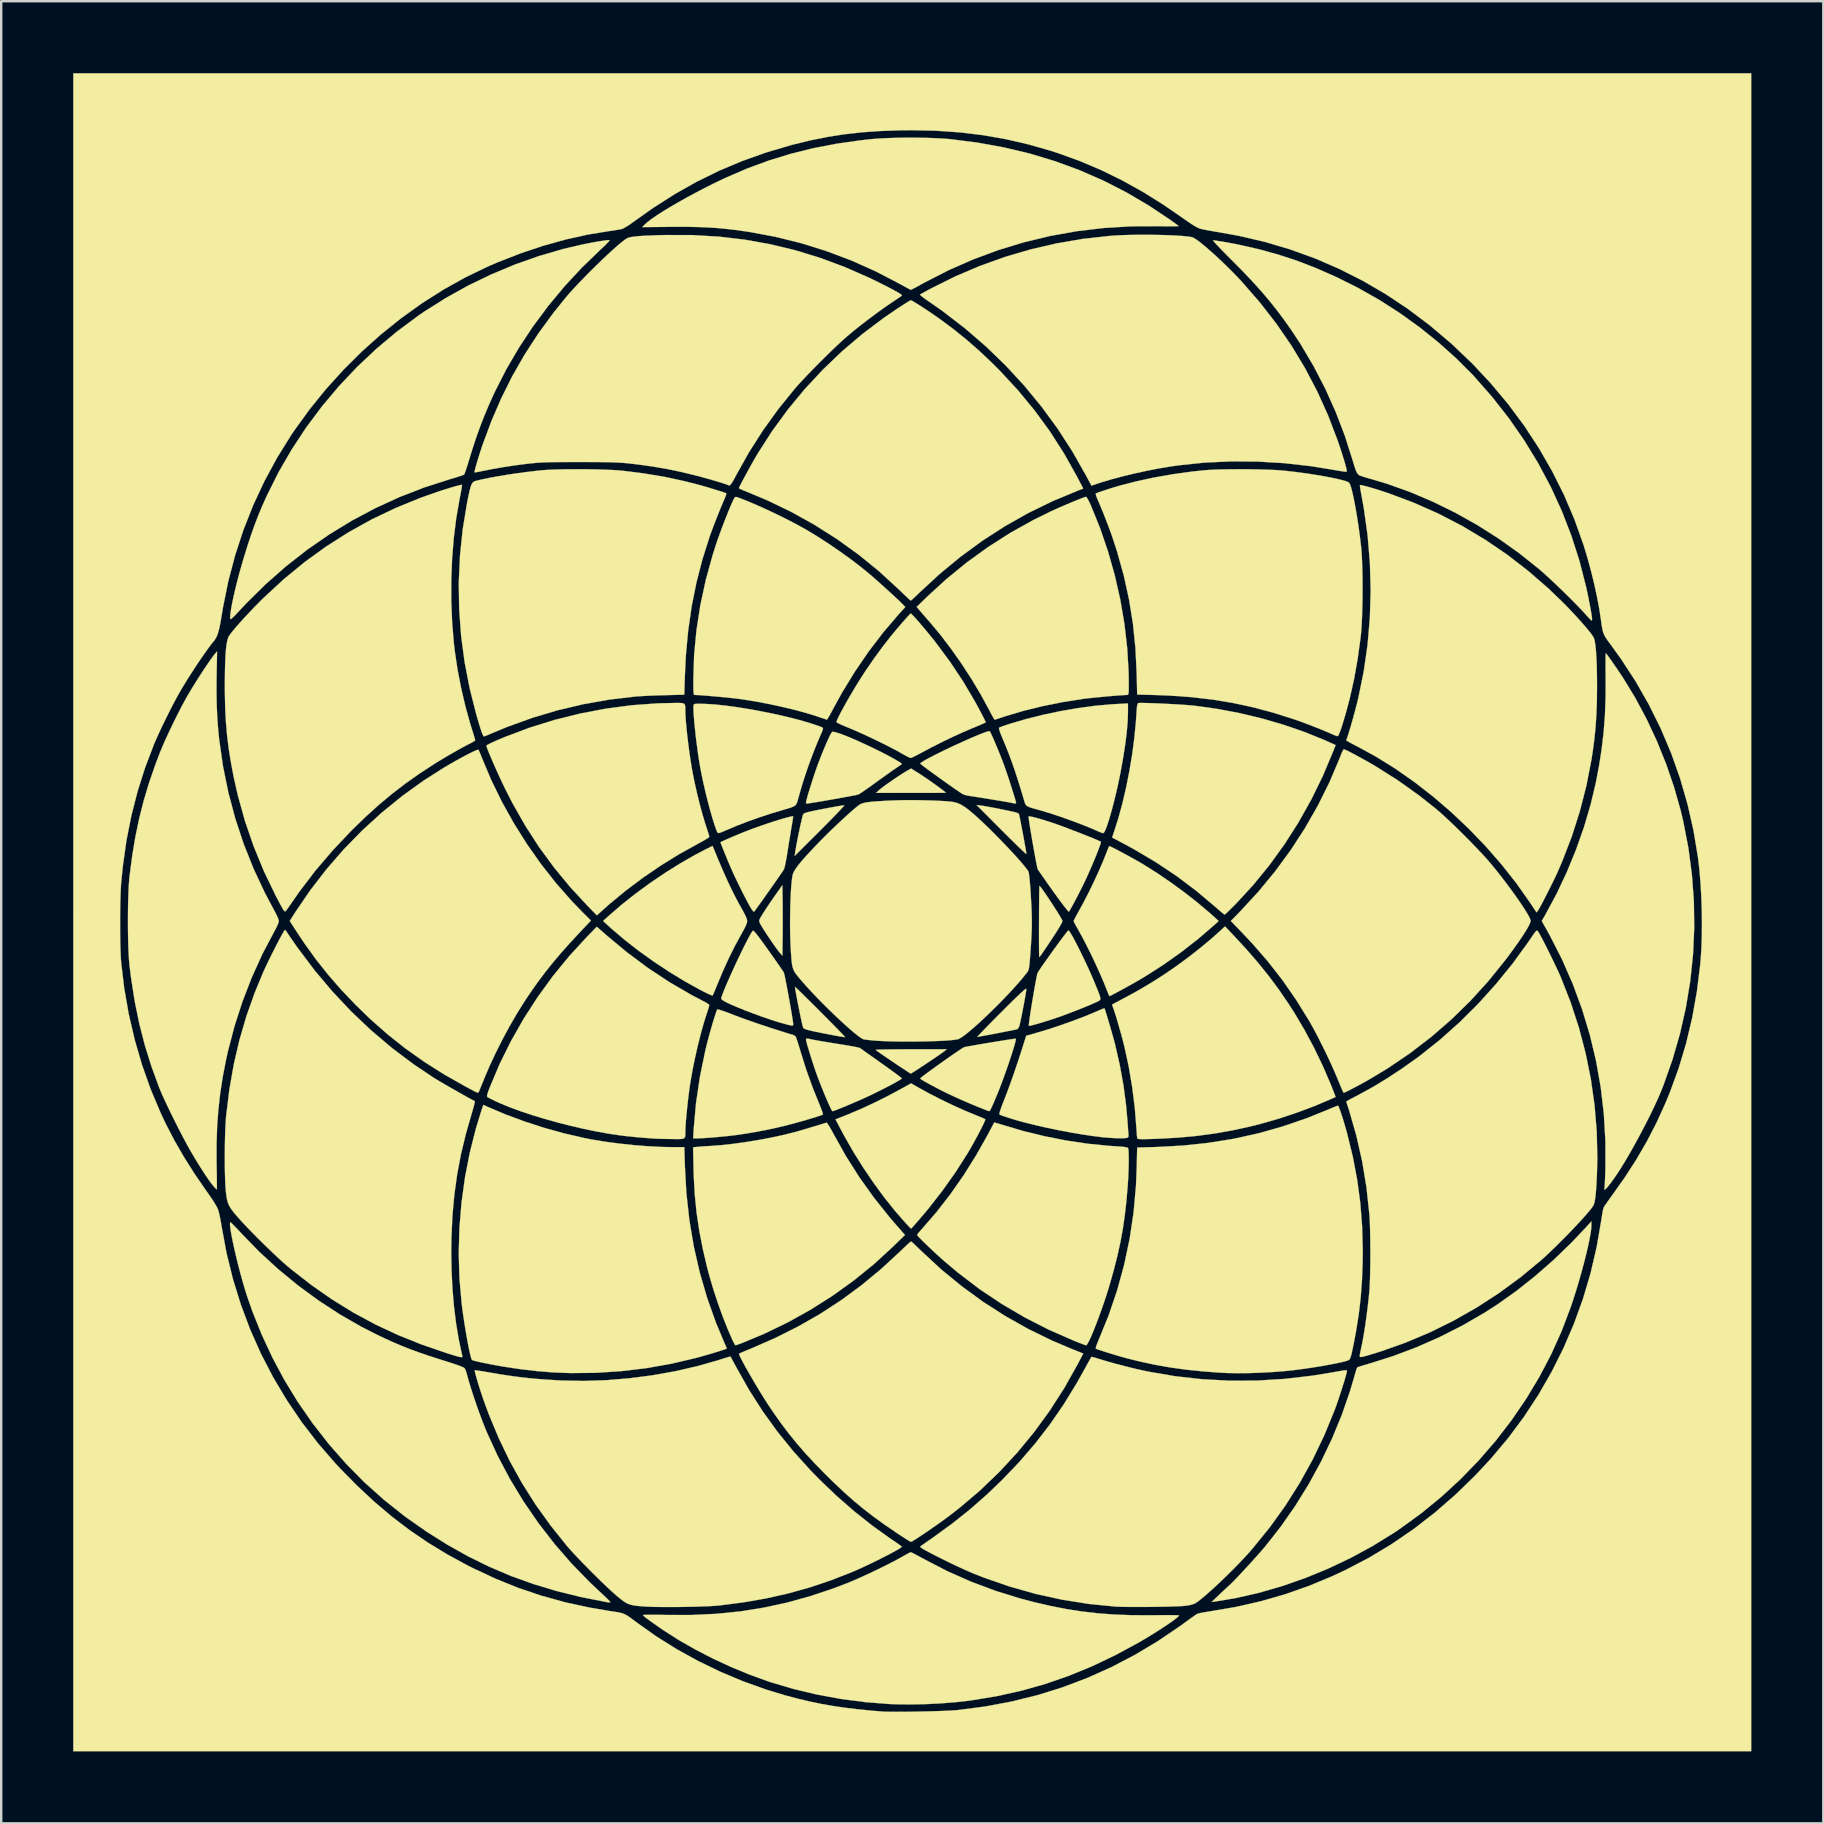
<source format=kicad_pcb>
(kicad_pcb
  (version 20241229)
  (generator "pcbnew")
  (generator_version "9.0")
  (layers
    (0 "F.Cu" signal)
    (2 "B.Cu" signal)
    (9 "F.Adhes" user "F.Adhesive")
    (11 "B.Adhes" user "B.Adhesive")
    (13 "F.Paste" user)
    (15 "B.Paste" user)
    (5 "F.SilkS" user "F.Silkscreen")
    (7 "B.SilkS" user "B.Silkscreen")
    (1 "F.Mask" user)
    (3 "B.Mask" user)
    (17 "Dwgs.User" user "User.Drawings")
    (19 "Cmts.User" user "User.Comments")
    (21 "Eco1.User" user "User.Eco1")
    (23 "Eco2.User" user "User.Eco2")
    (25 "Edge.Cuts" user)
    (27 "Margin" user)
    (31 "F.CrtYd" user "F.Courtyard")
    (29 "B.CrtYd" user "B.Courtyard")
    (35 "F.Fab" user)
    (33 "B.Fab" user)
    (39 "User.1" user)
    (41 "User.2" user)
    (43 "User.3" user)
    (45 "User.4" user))
  (footprint "Plogo"
    (layer "F.Cu")
    (at 34.959 34.959)
    (property "Reference" "Plogo" (at 0 0 0) (layer "F.SilkS") (effects (font (size 1.524 1.524) (thickness 0.3))))
    (attr through_hole)
    (fp_poly (pts (xy -5.401 -0.398) (xy -5.398 -0.12) (xy -5.397 0.197) (xy -5.397 0.527) (xy -5.398 0.841) (xy -5.401 1.072) (xy -5.41 1.811) (xy -5.538 1.663) (xy -5.605 1.579) (xy -5.696 1.455) (xy -5.803 1.302) (xy -5.918 1.134) (xy -6.035 0.96) (xy -6.144 0.793) (xy -6.239 0.644) (xy -6.311 0.524) (xy -6.353 0.445) (xy -6.356 0.439) (xy -6.372 0.393) (xy -6.377 0.352) (xy -6.364 0.301) (xy -6.33 0.231) (xy -6.269 0.131) (xy -6.178 -0.013) (xy -6.16 -0.042) (xy -6.038 -0.228) (xy -5.897 -0.437) (xy -5.757 -0.64) (xy -5.664 -0.772) (xy -5.41 -1.129) (xy -5.401 -0.398)) (stroke (width 0.01) (type solid)) (fill yes) (layer "F.SilkS"))
    (fp_poly (pts (xy 0.3 -5.771) (xy 0.41 -5.699) (xy 0.545 -5.608) (xy 0.696 -5.504) (xy 0.853 -5.393) (xy 1.007 -5.283) (xy 1.147 -5.18) (xy 1.265 -5.092) (xy 1.351 -5.025) (xy 1.394 -4.987) (xy 1.398 -4.981) (xy 1.366 -4.979) (xy 1.274 -4.978) (xy 1.129 -4.976) (xy 0.937 -4.975) (xy 0.706 -4.974) (xy 0.443 -4.973) (xy 0.153 -4.973) (xy -0.055 -4.973) (xy -1.508 -4.974) (xy -1.354 -5.113) (xy -1.269 -5.183) (xy -1.14 -5.279) (xy -0.98 -5.393) (xy -0.802 -5.516) (xy -0.619 -5.639) (xy -0.444 -5.754) (xy -0.289 -5.851) (xy -0.199 -5.904) (xy -0.049 -5.989) (xy 0.3 -5.771)) (stroke (width 0.01) (type solid)) (fill yes) (layer "F.SilkS"))
    (fp_poly (pts (xy -2.847 -4.431) (xy -2.905 -4.364) (xy -3.002 -4.259) (xy -3.132 -4.122) (xy -3.291 -3.958) (xy -3.475 -3.77) (xy -3.68 -3.564) (xy -3.848 -3.395) (xy -4.899 -2.347) (xy -4.878 -2.497) (xy -4.855 -2.639) (xy -4.824 -2.815) (xy -4.786 -3.013) (xy -4.744 -3.222) (xy -4.701 -3.43) (xy -4.658 -3.628) (xy -4.619 -3.804) (xy -4.584 -3.945) (xy -4.558 -4.043) (xy -4.543 -4.082) (xy -4.521 -4.106) (xy -4.481 -4.128) (xy -4.416 -4.152) (xy -4.317 -4.179) (xy -4.178 -4.211) (xy -3.99 -4.25) (xy -3.746 -4.298) (xy -3.682 -4.31) (xy -3.457 -4.353) (xy -3.253 -4.39) (xy -3.078 -4.421) (xy -2.944 -4.443) (xy -2.858 -4.455) (xy -2.831 -4.456) (xy -2.847 -4.431)) (stroke (width 0.01) (type solid)) (fill yes) (layer "F.SilkS"))
    (fp_poly (pts (xy 1.342 5.787) (xy 1.286 5.829) (xy 1.189 5.897) (xy 1.059 5.986) (xy 0.907 6.09) (xy 0.739 6.203) (xy 0.567 6.318) (xy 0.399 6.429) (xy 0.244 6.531) (xy 0.112 6.616) (xy 0.011 6.68) (xy -0.05 6.717) (xy -0.063 6.722) (xy -0.095 6.704) (xy -0.175 6.653) (xy -0.294 6.575) (xy -0.447 6.475) (xy -0.624 6.357) (xy -0.799 6.24) (xy -0.992 6.109) (xy -1.166 5.99) (xy -1.314 5.888) (xy -1.427 5.808) (xy -1.5 5.755) (xy -1.523 5.734) (xy -1.493 5.729) (xy -1.402 5.724) (xy -1.259 5.72) (xy -1.068 5.716) (xy -0.838 5.713) (xy -0.574 5.711) (xy -0.283 5.709) (xy -0.048 5.709) (xy 1.435 5.709) (xy 1.342 5.787)) (stroke (width 0.01) (type solid)) (fill yes) (layer "F.SilkS"))
    (fp_poly (pts (xy 2.863 -4.446) (xy 2.965 -4.431) (xy 3.113 -4.405) (xy 3.293 -4.372) (xy 3.493 -4.334) (xy 3.698 -4.294) (xy 3.895 -4.253) (xy 4.071 -4.216) (xy 4.212 -4.185) (xy 4.304 -4.162) (xy 4.319 -4.158) (xy 4.396 -4.128) (xy 4.44 -4.101) (xy 4.442 -4.099) (xy 4.453 -4.058) (xy 4.474 -3.963) (xy 4.503 -3.825) (xy 4.536 -3.654) (xy 4.573 -3.462) (xy 4.612 -3.259) (xy 4.649 -3.057) (xy 4.684 -2.865) (xy 4.714 -2.696) (xy 4.737 -2.559) (xy 4.751 -2.466) (xy 4.754 -2.428) (xy 4.729 -2.444) (xy 4.662 -2.503) (xy 4.558 -2.6) (xy 4.422 -2.731) (xy 4.258 -2.891) (xy 4.071 -3.075) (xy 3.866 -3.278) (xy 3.712 -3.432) (xy 2.68 -4.468) (xy 2.863 -4.446)) (stroke (width 0.01) (type solid)) (fill yes) (layer "F.SilkS"))
    (fp_poly (pts (xy 4.754 3.19) (xy 4.75 3.239) (xy 4.735 3.341) (xy 4.711 3.486) (xy 4.68 3.66) (xy 4.645 3.854) (xy 4.606 4.055) (xy 4.568 4.252) (xy 4.531 4.432) (xy 4.498 4.585) (xy 4.471 4.699) (xy 4.457 4.751) (xy 4.418 4.829) (xy 4.368 4.875) (xy 4.365 4.876) (xy 4.317 4.887) (xy 4.215 4.908) (xy 4.072 4.937) (xy 3.897 4.971) (xy 3.702 5.009) (xy 3.499 5.049) (xy 3.298 5.087) (xy 3.11 5.122) (xy 2.946 5.153) (xy 2.818 5.176) (xy 2.737 5.19) (xy 2.713 5.193) (xy 2.729 5.17) (xy 2.787 5.105) (xy 2.884 5.003) (xy 3.014 4.868) (xy 3.173 4.705) (xy 3.356 4.519) (xy 3.559 4.314) (xy 3.712 4.161) (xy 3.978 3.895) (xy 4.2 3.676) (xy 4.381 3.5) (xy 4.524 3.365) (xy 4.63 3.269) (xy 4.702 3.21) (xy 4.742 3.186) (xy 4.754 3.19)) (stroke (width 0.01) (type solid)) (fill yes) (layer "F.SilkS"))
    (fp_poly (pts (xy -4.859 3.129) (xy -4.792 3.192) (xy -4.687 3.293) (xy -4.55 3.427) (xy -4.386 3.59) (xy -4.197 3.776) (xy -3.991 3.982) (xy -3.828 4.145) (xy -3.612 4.362) (xy -3.411 4.564) (xy -3.231 4.747) (xy -3.076 4.905) (xy -2.951 5.035) (xy -2.86 5.131) (xy -2.808 5.188) (xy -2.798 5.202) (xy -2.834 5.201) (xy -2.923 5.189) (xy -3.051 5.168) (xy -3.205 5.14) (xy -3.212 5.138) (xy -3.541 5.075) (xy -3.81 5.022) (xy -4.026 4.978) (xy -4.195 4.942) (xy -4.322 4.911) (xy -4.414 4.885) (xy -4.477 4.861) (xy -4.517 4.839) (xy -4.54 4.817) (xy -4.543 4.813) (xy -4.559 4.767) (xy -4.583 4.669) (xy -4.615 4.528) (xy -4.652 4.356) (xy -4.692 4.163) (xy -4.733 3.959) (xy -4.773 3.756) (xy -4.81 3.563) (xy -4.842 3.391) (xy -4.866 3.251) (xy -4.881 3.154) (xy -4.884 3.109) (xy -4.883 3.108) (xy -4.859 3.129)) (stroke (width 0.01) (type solid)) (fill yes) (layer "F.SilkS"))
    (fp_poly (pts (xy 5.329 -1.072) (xy 5.388 -0.997) (xy 5.469 -0.885) (xy 5.568 -0.742) (xy 5.678 -0.58) (xy 5.793 -0.406) (xy 5.907 -0.23) (xy 6.015 -0.062) (xy 6.11 0.091) (xy 6.186 0.219) (xy 6.237 0.312) (xy 6.258 0.362) (xy 6.258 0.364) (xy 6.239 0.42) (xy 6.184 0.527) (xy 6.094 0.679) (xy 5.973 0.872) (xy 5.822 1.103) (xy 5.787 1.156) (xy 5.64 1.378) (xy 5.525 1.549) (xy 5.438 1.677) (xy 5.376 1.766) (xy 5.334 1.822) (xy 5.308 1.852) (xy 5.295 1.86) (xy 5.29 1.856) (xy 5.287 1.816) (xy 5.285 1.719) (xy 5.283 1.573) (xy 5.282 1.385) (xy 5.281 1.165) (xy 5.281 0.92) (xy 5.281 0.658) (xy 5.282 0.388) (xy 5.283 0.117) (xy 5.284 -0.145) (xy 5.286 -0.391) (xy 5.288 -0.614) (xy 5.29 -0.804) (xy 5.293 -0.953) (xy 5.296 -1.054) (xy 5.299 -1.097) (xy 5.3 -1.099) (xy 5.329 -1.072)) (stroke (width 0.01) (type solid)) (fill yes) (layer "F.SilkS"))
    (fp_poly (pts (xy -8.275 -2.656) (xy -8.066 -2.151) (xy -7.873 -1.701) (xy -7.693 -1.298) (xy -7.521 -0.935) (xy -7.354 -0.603) (xy -7.188 -0.294) (xy -7.107 -0.15) (xy -7 0.044) (xy -6.928 0.191) (xy -6.889 0.298) (xy -6.878 0.366) (xy -6.892 0.447) (xy -6.937 0.563) (xy -7.016 0.72) (xy -7.097 0.866) (xy -7.376 1.376) (xy -7.638 1.901) (xy -7.892 2.459) (xy -8.125 3.017) (xy -8.19 3.174) (xy -8.246 3.309) (xy -8.29 3.41) (xy -8.316 3.464) (xy -8.319 3.469) (xy -8.354 3.462) (xy -8.437 3.429) (xy -8.558 3.373) (xy -8.708 3.299) (xy -8.822 3.24) (xy -9.472 2.881) (xy -10.126 2.483) (xy -10.77 2.056) (xy -11.393 1.61) (xy -11.981 1.152) (xy -12.52 0.693) (xy -12.676 0.551) (xy -12.88 0.362) (xy -12.64 0.144) (xy -12.114 -0.312) (xy -11.539 -0.767) (xy -10.93 -1.213) (xy -10.302 -1.639) (xy -9.67 -2.035) (xy -9.048 -2.391) (xy -8.651 -2.599) (xy -8.32 -2.765) (xy -8.275 -2.656)) (stroke (width 0.01) (type solid)) (fill yes) (layer "F.SilkS"))
    (fp_poly (pts (xy 0.3 7.328) (xy 0.738 7.568) (xy 1.218 7.813) (xy 1.716 8.052) (xy 2.211 8.274) (xy 2.679 8.468) (xy 2.73 8.488) (xy 2.858 8.54) (xy 2.963 8.585) (xy 3.029 8.617) (xy 3.042 8.625) (xy 3.037 8.662) (xy 3.002 8.747) (xy 2.943 8.874) (xy 2.863 9.033) (xy 2.767 9.217) (xy 2.66 9.417) (xy 2.546 9.624) (xy 2.429 9.831) (xy 2.313 10.029) (xy 2.292 10.064) (xy 1.8 10.834) (xy 1.256 11.602) (xy 0.672 12.35) (xy 0.382 12.695) (xy 0.252 12.846) (xy 0.137 12.978) (xy 0.044 13.083) (xy -0.02 13.154) (xy -0.048 13.182) (xy -0.048 13.183) (xy -0.074 13.16) (xy -0.134 13.099) (xy -0.217 13.012) (xy -0.252 12.975) (xy -0.703 12.461) (xy -1.157 11.894) (xy -1.604 11.285) (xy -2.037 10.647) (xy -2.447 9.992) (xy -2.826 9.331) (xy -2.958 9.084) (xy -3.197 8.63) (xy -2.755 8.454) (xy -2.169 8.208) (xy -1.575 7.934) (xy -0.963 7.627) (xy -0.318 7.279) (xy -0.2 7.213) (xy -0.05 7.129) (xy 0.3 7.328)) (stroke (width 0.01) (type solid)) (fill yes) (layer "F.SilkS"))
    (fp_poly (pts (xy -6.593 0.793) (xy -6.543 0.846) (xy -6.471 0.933) (xy -6.375 1.06) (xy -6.25 1.229) (xy -6.092 1.447) (xy -6.003 1.572) (xy -5.852 1.785) (xy -5.711 1.985) (xy -5.586 2.163) (xy -5.483 2.314) (xy -5.405 2.428) (xy -5.359 2.499) (xy -5.351 2.514) (xy -5.336 2.565) (xy -5.311 2.671) (xy -5.28 2.824) (xy -5.243 3.012) (xy -5.202 3.226) (xy -5.159 3.456) (xy -5.116 3.692) (xy -5.075 3.924) (xy -5.038 4.142) (xy -5.006 4.336) (xy -4.981 4.496) (xy -4.965 4.612) (xy -4.96 4.672) (xy -4.965 4.704) (xy -4.985 4.719) (xy -5.034 4.719) (xy -5.122 4.702) (xy -5.26 4.667) (xy -5.293 4.658) (xy -5.568 4.58) (xy -5.89 4.478) (xy -6.247 4.356) (xy -6.625 4.218) (xy -6.958 4.091) (xy -7.284 3.959) (xy -7.547 3.847) (xy -7.745 3.753) (xy -7.88 3.677) (xy -7.951 3.621) (xy -7.963 3.591) (xy -7.932 3.489) (xy -7.876 3.339) (xy -7.8 3.149) (xy -7.706 2.929) (xy -7.598 2.684) (xy -7.481 2.425) (xy -7.359 2.159) (xy -7.234 1.894) (xy -7.111 1.639) (xy -6.994 1.401) (xy -6.886 1.189) (xy -6.792 1.011) (xy -6.715 0.875) (xy -6.658 0.789) (xy -6.645 0.773) (xy -6.626 0.771) (xy -6.593 0.793)) (stroke (width 0.01) (type solid)) (fill yes) (layer "F.SilkS"))
    (fp_poly (pts (xy 8.988 -8.348) (xy 8.975 -7.956) (xy 8.937 -7.503) (xy 8.873 -6.99) (xy 8.783 -6.415) (xy 8.686 -5.876) (xy 8.622 -5.554) (xy 8.553 -5.23) (xy 8.479 -4.91) (xy 8.403 -4.601) (xy 8.327 -4.31) (xy 8.253 -4.043) (xy 8.182 -3.807) (xy 8.116 -3.608) (xy 8.057 -3.452) (xy 8.007 -3.347) (xy 7.969 -3.299) (xy 7.96 -3.296) (xy 7.899 -3.31) (xy 7.806 -3.344) (xy 7.756 -3.366) (xy 7.473 -3.491) (xy 7.142 -3.625) (xy 6.779 -3.764) (xy 6.401 -3.902) (xy 6.024 -4.032) (xy 5.666 -4.148) (xy 5.341 -4.245) (xy 5.293 -4.259) (xy 5.092 -4.314) (xy 4.945 -4.357) (xy 4.843 -4.394) (xy 4.774 -4.432) (xy 4.73 -4.476) (xy 4.7 -4.533) (xy 4.675 -4.61) (xy 4.657 -4.673) (xy 4.517 -5.141) (xy 4.387 -5.556) (xy 4.264 -5.931) (xy 4.143 -6.278) (xy 4.02 -6.609) (xy 3.89 -6.938) (xy 3.748 -7.276) (xy 3.745 -7.283) (xy 3.68 -7.444) (xy 3.635 -7.571) (xy 3.613 -7.656) (xy 3.615 -7.688) (xy 3.656 -7.708) (xy 3.749 -7.744) (xy 3.88 -7.79) (xy 4.036 -7.841) (xy 4.078 -7.855) (xy 4.751 -8.053) (xy 5.457 -8.229) (xy 6.18 -8.382) (xy 6.904 -8.507) (xy 7.611 -8.602) (xy 8.287 -8.663) (xy 8.53 -8.677) (xy 8.988 -8.699) (xy 8.988 -8.348)) (stroke (width 0.01) (type solid)) (fill yes) (layer "F.SilkS"))
    (fp_poly (pts (xy -3.547 8.788) (xy -3.495 8.861) (xy -3.425 8.975) (xy -3.343 9.121) (xy -3.295 9.21) (xy -2.772 10.146) (xy -2.209 11.035) (xy -1.6 11.889) (xy -0.936 12.719) (xy -0.66 13.039) (xy -0.303 13.444) (xy -0.809 13.937) (xy -1.597 14.661) (xy -2.434 15.34) (xy -3.313 15.973) (xy -4.232 16.556) (xy -5.186 17.087) (xy -6.17 17.563) (xy -7.006 17.913) (xy -7.144 17.967) (xy -7.259 18.009) (xy -7.337 18.036) (xy -7.363 18.043) (xy -7.389 18.015) (xy -7.432 17.941) (xy -7.485 17.836) (xy -7.493 17.818) (xy -7.694 17.357) (xy -7.896 16.848) (xy -8.09 16.309) (xy -8.272 15.759) (xy -8.434 15.215) (xy -8.54 14.825) (xy -8.727 14.028) (xy -8.875 13.264) (xy -8.986 12.516) (xy -9.061 11.765) (xy -9.104 10.994) (xy -9.112 10.714) (xy -9.131 9.793) (xy -8.951 9.775) (xy -8.839 9.765) (xy -8.685 9.754) (xy -8.514 9.743) (xy -8.418 9.738) (xy -7.969 9.704) (xy -7.474 9.65) (xy -6.951 9.577) (xy -6.416 9.49) (xy -5.887 9.39) (xy -5.38 9.281) (xy -4.912 9.165) (xy -4.86 9.151) (xy -4.759 9.122) (xy -4.617 9.081) (xy -4.448 9.031) (xy -4.265 8.977) (xy -4.08 8.921) (xy -3.906 8.869) (xy -3.756 8.823) (xy -3.642 8.788) (xy -3.578 8.767) (xy -3.574 8.765) (xy -3.547 8.788)) (stroke (width 0.01) (type solid)) (fill yes) (layer "F.SilkS"))
    (fp_poly (pts (xy 8.238 -2.746) (xy 8.32 -2.709) (xy 8.441 -2.648) (xy 8.593 -2.569) (xy 8.767 -2.476) (xy 8.952 -2.376) (xy 9.141 -2.272) (xy 9.324 -2.17) (xy 9.492 -2.074) (xy 9.633 -1.991) (xy 10.198 -1.635) (xy 10.773 -1.243) (xy 11.342 -0.827) (xy 11.887 -0.4) (xy 12.393 0.027) (xy 12.6 0.213) (xy 12.767 0.366) (xy 12.6 0.517) (xy 11.928 1.097) (xy 11.209 1.659) (xy 10.46 2.19) (xy 9.702 2.675) (xy 9.488 2.802) (xy 9.333 2.891) (xy 9.159 2.99) (xy 8.976 3.092) (xy 8.793 3.193) (xy 8.619 3.288) (xy 8.466 3.37) (xy 8.341 3.436) (xy 8.255 3.479) (xy 8.217 3.495) (xy 8.217 3.495) (xy 8.2 3.467) (xy 8.168 3.392) (xy 8.126 3.287) (xy 8.126 3.287) (xy 7.986 2.94) (xy 7.822 2.557) (xy 7.64 2.156) (xy 7.449 1.753) (xy 7.256 1.365) (xy 7.07 1.008) (xy 6.911 0.722) (xy 6.836 0.59) (xy 6.775 0.477) (xy 6.736 0.398) (xy 6.725 0.366) (xy 6.74 0.326) (xy 6.783 0.24) (xy 6.846 0.121) (xy 6.925 -0.02) (xy 6.937 -0.042) (xy 7.148 -0.429) (xy 7.365 -0.852) (xy 7.578 -1.292) (xy 7.78 -1.732) (xy 7.962 -2.154) (xy 8.11 -2.528) (xy 8.153 -2.637) (xy 8.187 -2.719) (xy 8.205 -2.756) (xy 8.205 -2.757) (xy 8.238 -2.746)) (stroke (width 0.01) (type solid)) (fill yes) (layer "F.SilkS"))
    (fp_poly (pts (xy 6.541 0.787) (xy 6.599 0.874) (xy 6.677 1.007) (xy 6.771 1.179) (xy 6.877 1.383) (xy 6.992 1.612) (xy 7.112 1.858) (xy 7.234 2.115) (xy 7.354 2.374) (xy 7.468 2.629) (xy 7.573 2.873) (xy 7.651 3.063) (xy 7.733 3.265) (xy 7.791 3.416) (xy 7.826 3.522) (xy 7.839 3.596) (xy 7.828 3.646) (xy 7.796 3.681) (xy 7.741 3.711) (xy 7.668 3.745) (xy 7.498 3.821) (xy 7.282 3.912) (xy 7.035 4.013) (xy 6.772 4.116) (xy 6.511 4.217) (xy 6.267 4.308) (xy 6.056 4.383) (xy 6.025 4.394) (xy 5.809 4.466) (xy 5.594 4.534) (xy 5.391 4.597) (xy 5.207 4.651) (xy 5.053 4.693) (xy 4.938 4.722) (xy 4.87 4.734) (xy 4.857 4.731) (xy 4.859 4.677) (xy 4.871 4.567) (xy 4.892 4.412) (xy 4.92 4.221) (xy 4.954 4.004) (xy 4.991 3.771) (xy 5.031 3.533) (xy 5.071 3.298) (xy 5.11 3.078) (xy 5.146 2.881) (xy 5.178 2.718) (xy 5.203 2.598) (xy 5.221 2.533) (xy 5.222 2.53) (xy 5.252 2.478) (xy 5.314 2.383) (xy 5.402 2.253) (xy 5.511 2.097) (xy 5.635 1.922) (xy 5.768 1.735) (xy 5.905 1.545) (xy 6.041 1.358) (xy 6.169 1.184) (xy 6.284 1.029) (xy 6.381 0.902) (xy 6.454 0.81) (xy 6.497 0.76) (xy 6.506 0.754) (xy 6.541 0.787)) (stroke (width 0.01) (type solid)) (fill yes) (layer "F.SilkS"))
    (fp_poly (pts (xy 4.314 5.268) (xy 4.315 5.31) (xy 4.294 5.406) (xy 4.256 5.549) (xy 4.202 5.73) (xy 4.135 5.942) (xy 4.058 6.176) (xy 3.973 6.425) (xy 3.883 6.681) (xy 3.791 6.936) (xy 3.699 7.182) (xy 3.611 7.411) (xy 3.54 7.585) (xy 3.442 7.818) (xy 3.366 7.996) (xy 3.308 8.125) (xy 3.265 8.212) (xy 3.235 8.263) (xy 3.213 8.285) (xy 3.203 8.288) (xy 3.166 8.276) (xy 3.077 8.243) (xy 2.95 8.193) (xy 2.794 8.131) (xy 2.696 8.092) (xy 2.387 7.964) (xy 2.061 7.822) (xy 1.737 7.676) (xy 1.433 7.533) (xy 1.166 7.4) (xy 1.071 7.351) (xy 0.83 7.223) (xy 0.643 7.121) (xy 0.505 7.044) (xy 0.411 6.988) (xy 0.355 6.95) (xy 0.334 6.927) (xy 0.333 6.924) (xy 0.359 6.897) (xy 0.432 6.838) (xy 0.545 6.752) (xy 0.689 6.645) (xy 0.857 6.522) (xy 1.041 6.389) (xy 1.234 6.252) (xy 1.427 6.115) (xy 1.613 5.985) (xy 1.784 5.867) (xy 1.932 5.766) (xy 2.05 5.689) (xy 2.13 5.639) (xy 2.159 5.625) (xy 2.215 5.611) (xy 2.325 5.59) (xy 2.478 5.562) (xy 2.664 5.529) (xy 2.875 5.493) (xy 3.101 5.454) (xy 3.332 5.416) (xy 3.559 5.379) (xy 3.772 5.345) (xy 3.963 5.315) (xy 4.121 5.291) (xy 4.238 5.275) (xy 4.303 5.268) (xy 4.314 5.268)) (stroke (width 0.01) (type solid)) (fill yes) (layer "F.SilkS"))
    (fp_poly (pts (xy -3.268 -7.515) (xy -3.147 -7.486) (xy -2.98 -7.43) (xy -2.769 -7.351) (xy -2.523 -7.249) (xy -2.245 -7.128) (xy -1.942 -6.989) (xy -1.619 -6.835) (xy -1.362 -6.709) (xy -1.145 -6.599) (xy -0.943 -6.492) (xy -0.764 -6.394) (xy -0.616 -6.309) (xy -0.507 -6.242) (xy -0.444 -6.196) (xy -0.433 -6.181) (xy -0.459 -6.158) (xy -0.527 -6.108) (xy -0.627 -6.04) (xy -0.674 -6.008) (xy -0.774 -5.94) (xy -0.916 -5.841) (xy -1.087 -5.719) (xy -1.275 -5.584) (xy -1.47 -5.444) (xy -1.528 -5.401) (xy -1.711 -5.269) (xy -1.881 -5.149) (xy -2.029 -5.046) (xy -2.147 -4.967) (xy -2.224 -4.919) (xy -2.244 -4.908) (xy -2.293 -4.895) (xy -2.398 -4.873) (xy -2.548 -4.844) (xy -2.735 -4.809) (xy -2.948 -4.77) (xy -3.177 -4.728) (xy -3.412 -4.687) (xy -3.644 -4.647) (xy -3.862 -4.61) (xy -4.056 -4.578) (xy -4.218 -4.552) (xy -4.336 -4.535) (xy -4.401 -4.527) (xy -4.405 -4.527) (xy -4.425 -4.554) (xy -4.428 -4.576) (xy -4.417 -4.632) (xy -4.389 -4.741) (xy -4.347 -4.891) (xy -4.293 -5.071) (xy -4.231 -5.272) (xy -4.164 -5.481) (xy -4.097 -5.688) (xy -4.031 -5.882) (xy -3.972 -6.053) (xy -3.946 -6.125) (xy -3.849 -6.38) (xy -3.751 -6.628) (xy -3.655 -6.86) (xy -3.566 -7.069) (xy -3.485 -7.247) (xy -3.418 -7.386) (xy -3.366 -7.478) (xy -3.335 -7.516) (xy -3.268 -7.515)) (stroke (width 0.01) (type solid)) (fill yes) (layer "F.SilkS"))
    (fp_poly (pts (xy 4.986 -3.978) (xy 5.126 -3.944) (xy 5.302 -3.895) (xy 5.505 -3.835) (xy 5.724 -3.765) (xy 5.909 -3.704) (xy 6.069 -3.647) (xy 6.259 -3.578) (xy 6.47 -3.499) (xy 6.694 -3.413) (xy 6.921 -3.326) (xy 7.143 -3.239) (xy 7.35 -3.156) (xy 7.534 -3.082) (xy 7.685 -3.018) (xy 7.795 -2.97) (xy 7.854 -2.941) (xy 7.861 -2.936) (xy 7.857 -2.897) (xy 7.829 -2.807) (xy 7.781 -2.672) (xy 7.716 -2.503) (xy 7.638 -2.307) (xy 7.549 -2.094) (xy 7.454 -1.871) (xy 7.356 -1.647) (xy 7.259 -1.432) (xy 7.244 -1.4) (xy 7.166 -1.236) (xy 7.076 -1.052) (xy 6.977 -0.856) (xy 6.877 -0.66) (xy 6.779 -0.473) (xy 6.69 -0.306) (xy 6.614 -0.168) (xy 6.557 -0.07) (xy 6.525 -0.022) (xy 6.5 -0.041) (xy 6.442 -0.109) (xy 6.354 -0.218) (xy 6.243 -0.363) (xy 6.113 -0.538) (xy 5.969 -0.737) (xy 5.884 -0.854) (xy 5.732 -1.068) (xy 5.591 -1.268) (xy 5.466 -1.445) (xy 5.362 -1.594) (xy 5.285 -1.707) (xy 5.238 -1.776) (xy 5.229 -1.792) (xy 5.215 -1.84) (xy 5.192 -1.942) (xy 5.163 -2.09) (xy 5.128 -2.272) (xy 5.089 -2.481) (xy 5.049 -2.707) (xy 5.008 -2.94) (xy 4.969 -3.171) (xy 4.932 -3.391) (xy 4.9 -3.59) (xy 4.874 -3.759) (xy 4.855 -3.889) (xy 4.847 -3.969) (xy 4.847 -3.992) (xy 4.89 -3.995) (xy 4.986 -3.978)) (stroke (width 0.01) (type solid)) (fill yes) (layer "F.SilkS"))
    (fp_poly (pts (xy 8.023 4.039) (xy 8.053 4.13) (xy 8.095 4.263) (xy 8.145 4.429) (xy 8.2 4.616) (xy 8.258 4.814) (xy 8.315 5.012) (xy 8.368 5.2) (xy 8.414 5.368) (xy 8.45 5.503) (xy 8.453 5.516) (xy 8.648 6.373) (xy 8.802 7.226) (xy 8.911 8.06) (xy 8.952 8.522) (xy 8.967 8.713) (xy 8.981 8.898) (xy 8.993 9.058) (xy 9.002 9.174) (xy 9.004 9.193) (xy 9.011 9.3) (xy 9.004 9.359) (xy 8.979 9.388) (xy 8.946 9.4) (xy 8.853 9.413) (xy 8.708 9.417) (xy 8.521 9.414) (xy 8.306 9.404) (xy 8.075 9.387) (xy 7.89 9.369) (xy 7.486 9.318) (xy 7.045 9.252) (xy 6.578 9.172) (xy 6.101 9.081) (xy 5.624 8.982) (xy 5.163 8.878) (xy 4.73 8.771) (xy 4.339 8.665) (xy 4.039 8.573) (xy 3.891 8.524) (xy 3.765 8.48) (xy 3.675 8.446) (xy 3.638 8.429) (xy 3.63 8.402) (xy 3.641 8.338) (xy 3.674 8.232) (xy 3.729 8.079) (xy 3.808 7.872) (xy 3.848 7.772) (xy 3.967 7.464) (xy 4.098 7.104) (xy 4.239 6.703) (xy 4.385 6.275) (xy 4.531 5.83) (xy 4.664 5.412) (xy 4.747 5.147) (xy 5.195 5.019) (xy 5.659 4.88) (xy 6.149 4.718) (xy 6.645 4.543) (xy 7.126 4.361) (xy 7.573 4.179) (xy 7.802 4.079) (xy 7.904 4.036) (xy 7.979 4.008) (xy 8.008 4.003) (xy 8.023 4.039)) (stroke (width 0.01) (type solid)) (fill yes) (layer "F.SilkS"))
    (fp_poly (pts (xy 9.73 -8.718) (xy 9.923 -8.713) (xy 10.145 -8.705) (xy 10.387 -8.695) (xy 10.639 -8.682) (xy 10.891 -8.669) (xy 11.134 -8.655) (xy 11.36 -8.64) (xy 11.557 -8.625) (xy 11.718 -8.61) (xy 11.768 -8.605) (xy 12.701 -8.475) (xy 13.635 -8.297) (xy 14.561 -8.076) (xy 15.465 -7.814) (xy 16.336 -7.514) (xy 17.163 -7.179) (xy 17.383 -7.081) (xy 17.639 -6.964) (xy 17.537 -6.703) (xy 17.109 -5.685) (xy 16.626 -4.698) (xy 16.092 -3.745) (xy 15.508 -2.83) (xy 14.877 -1.958) (xy 14.201 -1.131) (xy 13.526 -0.397) (xy 13.38 -0.249) (xy 13.249 -0.118) (xy 13.141 -0.012) (xy 13.062 0.062) (xy 13.021 0.098) (xy 13.016 0.1) (xy 12.984 0.079) (xy 12.912 0.021) (xy 12.81 -0.065) (xy 12.688 -0.172) (xy 12.646 -0.208) (xy 11.847 -0.882) (xy 11.016 -1.508) (xy 10.144 -2.089) (xy 9.225 -2.633) (xy 8.772 -2.879) (xy 8.619 -2.959) (xy 8.489 -3.028) (xy 8.392 -3.079) (xy 8.339 -3.108) (xy 8.332 -3.111) (xy 8.338 -3.143) (xy 8.362 -3.221) (xy 8.399 -3.331) (xy 8.408 -3.355) (xy 8.589 -3.924) (xy 8.758 -4.544) (xy 8.912 -5.202) (xy 9.047 -5.884) (xy 9.162 -6.576) (xy 9.253 -7.263) (xy 9.318 -7.932) (xy 9.342 -8.284) (xy 9.353 -8.463) (xy 9.366 -8.586) (xy 9.381 -8.663) (xy 9.401 -8.703) (xy 9.417 -8.715) (xy 9.467 -8.72) (xy 9.575 -8.721) (xy 9.73 -8.718)) (stroke (width 0.01) (type solid)) (fill yes) (layer "F.SilkS"))
    (fp_poly (pts (xy -17.683 8.112) (xy -16.938 8.427) (xy -16.149 8.719) (xy -15.333 8.983) (xy -14.51 9.212) (xy -13.698 9.4) (xy -13.333 9.472) (xy -12.788 9.561) (xy -12.206 9.638) (xy -11.607 9.702) (xy -11.01 9.749) (xy -10.438 9.778) (xy -9.938 9.787) (xy -9.498 9.787) (xy -9.475 10.544) (xy -9.411 11.699) (xy -9.287 12.825) (xy -9.102 13.926) (xy -8.856 15.004) (xy -8.549 16.06) (xy -8.18 17.099) (xy -7.809 17.986) (xy -7.723 18.178) (xy -7.815 18.213) (xy -7.909 18.245) (xy -8.054 18.291) (xy -8.235 18.347) (xy -8.437 18.407) (xy -8.648 18.468) (xy -8.853 18.526) (xy -9.034 18.576) (xy -10.046 18.813) (xy -11.086 18.996) (xy -12.142 19.122) (xy -13.203 19.19) (xy -14.256 19.2) (xy -14.98 19.171) (xy -15.623 19.119) (xy -16.309 19.039) (xy -16.978 18.94) (xy -17.228 18.897) (xy -17.473 18.852) (xy -17.706 18.807) (xy -17.916 18.764) (xy -18.094 18.725) (xy -18.231 18.69) (xy -18.319 18.664) (xy -18.346 18.65) (xy -18.371 18.596) (xy -18.403 18.484) (xy -18.442 18.322) (xy -18.484 18.119) (xy -18.53 17.882) (xy -18.577 17.619) (xy -18.624 17.34) (xy -18.67 17.051) (xy -18.713 16.76) (xy -18.752 16.477) (xy -18.776 16.281) (xy -18.866 15.256) (xy -18.896 14.212) (xy -18.867 13.157) (xy -18.78 12.101) (xy -18.636 11.05) (xy -18.435 10.015) (xy -18.178 9.002) (xy -17.973 8.332) (xy -17.872 8.026) (xy -17.683 8.112)) (stroke (width 0.01) (type solid)) (fill yes) (layer "F.SilkS"))
    (fp_poly (pts (xy -8.083 4.051) (xy -7.991 4.077) (xy -7.853 4.123) (xy -7.678 4.187) (xy -7.472 4.265) (xy -7.417 4.287) (xy -7.196 4.371) (xy -6.925 4.47) (xy -6.618 4.577) (xy -6.289 4.69) (xy -5.952 4.802) (xy -5.621 4.909) (xy -5.31 5.007) (xy -5.032 5.091) (xy -4.971 5.108) (xy -4.895 5.146) (xy -4.861 5.176) (xy -4.839 5.222) (xy -4.804 5.321) (xy -4.758 5.461) (xy -4.706 5.631) (xy -4.661 5.782) (xy -4.414 6.571) (xy -4.126 7.365) (xy -3.914 7.888) (xy -3.844 8.06) (xy -3.785 8.21) (xy -3.743 8.329) (xy -3.722 8.404) (xy -3.721 8.427) (xy -3.764 8.448) (xy -3.862 8.482) (xy -4.005 8.529) (xy -4.183 8.583) (xy -4.385 8.643) (xy -4.602 8.706) (xy -4.825 8.768) (xy -5.043 8.828) (xy -5.246 8.881) (xy -5.41 8.921) (xy -5.989 9.051) (xy -6.591 9.166) (xy -7.175 9.26) (xy -7.24 9.27) (xy -7.43 9.294) (xy -7.654 9.32) (xy -7.899 9.345) (xy -8.149 9.368) (xy -8.392 9.389) (xy -8.612 9.405) (xy -8.796 9.416) (xy -8.928 9.421) (xy -8.934 9.421) (xy -9.129 9.421) (xy -9.107 9.046) (xy -9.009 7.948) (xy -8.846 6.847) (xy -8.619 5.748) (xy -8.557 5.495) (xy -8.5 5.277) (xy -8.439 5.05) (xy -8.375 4.825) (xy -8.313 4.61) (xy -8.254 4.417) (xy -8.202 4.255) (xy -8.16 4.133) (xy -8.131 4.062) (xy -8.122 4.048) (xy -8.083 4.051)) (stroke (width 0.01) (type solid)) (fill yes) (layer "F.SilkS"))
    (fp_poly (pts (xy -4.96 -3.991) (xy -4.966 -3.948) (xy -4.98 -3.853) (xy -5.002 -3.717) (xy -5.03 -3.553) (xy -5.041 -3.486) (xy -5.076 -3.277) (xy -5.117 -3.029) (xy -5.159 -2.769) (xy -5.198 -2.524) (xy -5.209 -2.45) (xy -5.241 -2.256) (xy -5.275 -2.079) (xy -5.307 -1.931) (xy -5.334 -1.826) (xy -5.349 -1.785) (xy -5.378 -1.739) (xy -5.44 -1.648) (xy -5.529 -1.518) (xy -5.638 -1.36) (xy -5.763 -1.182) (xy -5.897 -0.991) (xy -6.034 -0.797) (xy -6.168 -0.607) (xy -6.294 -0.43) (xy -6.406 -0.274) (xy -6.496 -0.149) (xy -6.561 -0.061) (xy -6.592 -0.022) (xy -6.619 -0.035) (xy -6.669 -0.095) (xy -6.731 -0.189) (xy -6.751 -0.221) (xy -6.842 -0.386) (xy -6.953 -0.597) (xy -7.077 -0.839) (xy -7.206 -1.098) (xy -7.332 -1.36) (xy -7.449 -1.609) (xy -7.548 -1.83) (xy -7.556 -1.848) (xy -7.613 -1.98) (xy -7.679 -2.136) (xy -7.748 -2.304) (xy -7.817 -2.472) (xy -7.88 -2.628) (xy -7.933 -2.761) (xy -7.971 -2.859) (xy -7.989 -2.91) (xy -7.99 -2.915) (xy -7.96 -2.933) (xy -7.88 -2.971) (xy -7.759 -3.026) (xy -7.608 -3.092) (xy -7.437 -3.166) (xy -7.257 -3.241) (xy -7.078 -3.314) (xy -6.958 -3.363) (xy -6.732 -3.449) (xy -6.492 -3.537) (xy -6.245 -3.625) (xy -5.999 -3.708) (xy -5.762 -3.786) (xy -5.541 -3.855) (xy -5.344 -3.913) (xy -5.18 -3.958) (xy -5.056 -3.987) (xy -4.981 -3.998) (xy -4.96 -3.991)) (stroke (width 0.01) (type solid)) (fill yes) (layer "F.SilkS"))
    (fp_poly (pts (xy -18.077 -6.77) (xy -18.053 -6.728) (xy -18.013 -6.639) (xy -17.963 -6.518) (xy -17.934 -6.442) (xy -17.549 -5.525) (xy -17.105 -4.615) (xy -16.607 -3.72) (xy -16.06 -2.849) (xy -15.47 -2.01) (xy -14.843 -1.212) (xy -14.183 -0.462) (xy -13.754 -0.019) (xy -13.388 0.345) (xy -13.876 0.863) (xy -14.289 1.309) (xy -14.66 1.726) (xy -14.997 2.125) (xy -15.31 2.519) (xy -15.609 2.918) (xy -15.902 3.336) (xy -16.164 3.727) (xy -16.468 4.214) (xy -16.777 4.748) (xy -17.079 5.309) (xy -17.365 5.879) (xy -17.625 6.438) (xy -17.825 6.908) (xy -17.893 7.077) (xy -17.955 7.229) (xy -18.005 7.352) (xy -18.037 7.431) (xy -18.044 7.449) (xy -18.077 7.506) (xy -18.101 7.523) (xy -18.137 7.508) (xy -18.222 7.467) (xy -18.344 7.404) (xy -18.494 7.325) (xy -18.609 7.264) (xy -19.492 6.764) (xy -20.32 6.24) (xy -21.103 5.687) (xy -21.85 5.095) (xy -22.573 4.458) (xy -23.193 3.857) (xy -23.787 3.233) (xy -24.331 2.61) (xy -24.839 1.971) (xy -25.324 1.297) (xy -25.697 0.736) (xy -25.937 0.362) (xy -25.711 0.006) (xy -25.091 -0.904) (xy -24.417 -1.779) (xy -23.693 -2.614) (xy -22.92 -3.406) (xy -22.103 -4.151) (xy -21.246 -4.848) (xy -20.35 -5.492) (xy -19.519 -6.021) (xy -19.281 -6.161) (xy -19.046 -6.296) (xy -18.82 -6.421) (xy -18.612 -6.533) (xy -18.427 -6.628) (xy -18.274 -6.702) (xy -18.16 -6.751) (xy -18.092 -6.772) (xy -18.077 -6.77)) (stroke (width 0.01) (type solid)) (fill yes) (layer "F.SilkS"))
    (fp_poly (pts (xy -9.695 -8.721) (xy -9.579 -8.713) (xy -9.509 -8.69) (xy -9.472 -8.641) (xy -9.457 -8.558) (xy -9.455 -8.432) (xy -9.455 -8.387) (xy -9.449 -8.196) (xy -9.432 -7.951) (xy -9.406 -7.665) (xy -9.373 -7.35) (xy -9.333 -7.018) (xy -9.289 -6.681) (xy -9.241 -6.351) (xy -9.191 -6.041) (xy -9.153 -5.826) (xy -9.069 -5.406) (xy -8.97 -4.968) (xy -8.862 -4.528) (xy -8.748 -4.106) (xy -8.634 -3.719) (xy -8.557 -3.481) (xy -8.512 -3.347) (xy -8.478 -3.235) (xy -8.458 -3.161) (xy -8.456 -3.142) (xy -8.484 -3.114) (xy -8.561 -3.062) (xy -8.679 -2.992) (xy -8.826 -2.91) (xy -8.934 -2.852) (xy -9.701 -2.427) (xy -10.469 -1.953) (xy -11.221 -1.439) (xy -11.942 -0.898) (xy -12.617 -0.34) (xy -12.804 -0.174) (xy -13.141 0.13) (xy -13.521 -0.26) (xy -14.256 -1.054) (xy -14.932 -1.875) (xy -15.556 -2.728) (xy -16.131 -3.619) (xy -16.662 -4.556) (xy -16.945 -5.11) (xy -17.044 -5.314) (xy -17.149 -5.536) (xy -17.255 -5.768) (xy -17.36 -6.001) (xy -17.46 -6.227) (xy -17.55 -6.436) (xy -17.627 -6.62) (xy -17.688 -6.771) (xy -17.728 -6.879) (xy -17.743 -6.937) (xy -17.743 -6.939) (xy -17.713 -6.967) (xy -17.624 -7.016) (xy -17.481 -7.085) (xy -17.288 -7.171) (xy -17.048 -7.272) (xy -16.961 -7.308) (xy -15.942 -7.691) (xy -14.896 -8.016) (xy -13.832 -8.281) (xy -12.755 -8.485) (xy -11.671 -8.627) (xy -10.587 -8.705) (xy -9.866 -8.721) (xy -9.695 -8.721)) (stroke (width 0.01) (type solid)) (fill yes) (layer "F.SilkS"))
    (fp_poly (pts (xy 3.226 -7.542) (xy 3.25 -7.505) (xy 3.295 -7.415) (xy 3.356 -7.282) (xy 3.428 -7.116) (xy 3.508 -6.927) (xy 3.592 -6.725) (xy 3.675 -6.519) (xy 3.753 -6.319) (xy 3.823 -6.134) (xy 3.841 -6.085) (xy 3.89 -5.944) (xy 3.949 -5.772) (xy 4.013 -5.58) (xy 4.079 -5.377) (xy 4.143 -5.175) (xy 4.203 -4.985) (xy 4.255 -4.817) (xy 4.295 -4.682) (xy 4.32 -4.59) (xy 4.328 -4.554) (xy 4.317 -4.536) (xy 4.275 -4.533) (xy 4.189 -4.547) (xy 4.128 -4.56) (xy 4.049 -4.575) (xy 3.916 -4.599) (xy 3.743 -4.629) (xy 3.541 -4.663) (xy 3.323 -4.699) (xy 3.101 -4.735) (xy 2.888 -4.77) (xy 2.696 -4.8) (xy 2.537 -4.825) (xy 2.425 -4.841) (xy 2.397 -4.845) (xy 2.272 -4.868) (xy 2.159 -4.9) (xy 2.114 -4.918) (xy 2.056 -4.953) (xy 1.957 -5.018) (xy 1.823 -5.109) (xy 1.664 -5.22) (xy 1.486 -5.345) (xy 1.297 -5.479) (xy 1.106 -5.616) (xy 0.92 -5.75) (xy 0.747 -5.876) (xy 0.594 -5.989) (xy 0.469 -6.082) (xy 0.381 -6.151) (xy 0.337 -6.189) (xy 0.333 -6.194) (xy 0.362 -6.228) (xy 0.446 -6.285) (xy 0.576 -6.361) (xy 0.746 -6.453) (xy 0.948 -6.557) (xy 1.174 -6.67) (xy 1.419 -6.788) (xy 1.673 -6.909) (xy 1.931 -7.028) (xy 2.185 -7.143) (xy 2.427 -7.25) (xy 2.65 -7.345) (xy 2.847 -7.426) (xy 3.01 -7.488) (xy 3.133 -7.529) (xy 3.208 -7.545) (xy 3.226 -7.542)) (stroke (width 0.01) (type solid)) (fill yes) (layer "F.SilkS"))
    (fp_poly (pts (xy 13.377 0.952) (xy 13.921 1.541) (xy 14.415 2.112) (xy 14.868 2.675) (xy 15.289 3.243) (xy 15.687 3.827) (xy 15.923 4.194) (xy 16.341 4.901) (xy 16.739 5.644) (xy 17.105 6.403) (xy 17.429 7.155) (xy 17.507 7.351) (xy 17.64 7.694) (xy 17.417 7.795) (xy 16.741 8.081) (xy 16.021 8.35) (xy 15.28 8.596) (xy 14.539 8.81) (xy 14.107 8.92) (xy 13.357 9.084) (xy 12.616 9.216) (xy 11.866 9.317) (xy 11.092 9.389) (xy 10.276 9.435) (xy 10.071 9.443) (xy 9.837 9.45) (xy 9.66 9.453) (xy 9.535 9.453) (xy 9.451 9.448) (xy 9.402 9.439) (xy 9.379 9.425) (xy 9.375 9.418) (xy 9.367 9.367) (xy 9.357 9.266) (xy 9.347 9.128) (xy 9.339 8.988) (xy 9.271 8.143) (xy 9.162 7.276) (xy 9.016 6.413) (xy 8.835 5.58) (xy 8.817 5.509) (xy 8.771 5.326) (xy 8.714 5.117) (xy 8.651 4.893) (xy 8.586 4.667) (xy 8.523 4.451) (xy 8.464 4.259) (xy 8.414 4.102) (xy 8.376 3.992) (xy 8.366 3.968) (xy 8.338 3.892) (xy 8.328 3.849) (xy 8.329 3.846) (xy 8.361 3.828) (xy 8.439 3.785) (xy 8.549 3.726) (xy 8.639 3.679) (xy 9.011 3.479) (xy 9.339 3.299) (xy 9.635 3.129) (xy 9.916 2.961) (xy 10.196 2.786) (xy 10.49 2.595) (xy 10.553 2.554) (xy 11.034 2.222) (xy 11.525 1.86) (xy 12.007 1.482) (xy 12.462 1.103) (xy 12.796 0.806) (xy 13.032 0.589) (xy 13.377 0.952)) (stroke (width 0.01) (type solid)) (fill yes) (layer "F.SilkS"))
    (fp_poly (pts (xy -4.301 5.273) (xy -4.211 5.293) (xy -4.14 5.309) (xy -4.045 5.327) (xy -3.92 5.35) (xy -3.758 5.378) (xy -3.553 5.412) (xy -3.297 5.454) (xy -2.984 5.504) (xy -2.849 5.526) (xy -2.651 5.559) (xy -2.474 5.59) (xy -2.33 5.618) (xy -2.23 5.64) (xy -2.184 5.654) (xy -2.183 5.654) (xy -2.148 5.68) (xy -2.065 5.738) (xy -1.942 5.826) (xy -1.785 5.938) (xy -1.601 6.068) (xy -1.397 6.213) (xy -1.29 6.289) (xy -1.08 6.438) (xy -0.889 6.576) (xy -0.723 6.697) (xy -0.588 6.797) (xy -0.492 6.871) (xy -0.44 6.914) (xy -0.433 6.922) (xy -0.462 6.949) (xy -0.543 7.002) (xy -0.67 7.075) (xy -0.834 7.165) (xy -1.029 7.268) (xy -1.248 7.38) (xy -1.482 7.497) (xy -1.724 7.615) (xy -1.731 7.618) (xy -1.896 7.696) (xy -2.087 7.782) (xy -2.292 7.873) (xy -2.502 7.964) (xy -2.708 8.051) (xy -2.9 8.131) (xy -3.068 8.198) (xy -3.203 8.25) (xy -3.293 8.281) (xy -3.328 8.289) (xy -3.349 8.26) (xy -3.391 8.18) (xy -3.449 8.058) (xy -3.519 7.905) (xy -3.575 7.775) (xy -3.667 7.557) (xy -3.765 7.316) (xy -3.859 7.077) (xy -3.94 6.867) (xy -3.959 6.814) (xy -4.019 6.646) (xy -4.085 6.453) (xy -4.153 6.245) (xy -4.22 6.035) (xy -4.283 5.832) (xy -4.339 5.647) (xy -4.384 5.492) (xy -4.414 5.376) (xy -4.427 5.311) (xy -4.428 5.307) (xy -4.418 5.274) (xy -4.38 5.263) (xy -4.301 5.273)) (stroke (width 0.01) (type solid)) (fill yes) (layer "F.SilkS"))
    (fp_poly (pts (xy 7.271 -17.282) (xy 7.318 -17.204) (xy 7.378 -17.088) (xy 7.441 -16.953) (xy 7.824 -16.008) (xy 8.157 -15.032) (xy 8.439 -14.034) (xy 8.668 -13.023) (xy 8.841 -12.006) (xy 8.958 -10.993) (xy 9.015 -9.993) (xy 9.021 -9.549) (xy 9.021 -9.357) (xy 9.018 -9.222) (xy 9.012 -9.135) (xy 9.002 -9.084) (xy 8.986 -9.06) (xy 8.964 -9.055) (xy 8.963 -9.055) (xy 8.866 -9.051) (xy 8.716 -9.042) (xy 8.524 -9.028) (xy 8.303 -9.01) (xy 8.066 -8.989) (xy 7.826 -8.966) (xy 7.594 -8.944) (xy 7.384 -8.922) (xy 7.208 -8.902) (xy 7.123 -8.891) (xy 6.275 -8.757) (xy 5.446 -8.592) (xy 4.651 -8.397) (xy 3.902 -8.175) (xy 3.698 -8.107) (xy 3.579 -8.067) (xy 3.486 -8.038) (xy 3.435 -8.024) (xy 3.431 -8.023) (xy 3.41 -8.051) (xy 3.365 -8.128) (xy 3.302 -8.242) (xy 3.229 -8.383) (xy 3.212 -8.414) (xy 2.868 -9.049) (xy 2.482 -9.697) (xy 2.064 -10.341) (xy 1.625 -10.966) (xy 1.175 -11.557) (xy 0.727 -12.094) (xy 0.599 -12.24) (xy 0.479 -12.378) (xy 0.377 -12.496) (xy 0.304 -12.581) (xy 0.283 -12.605) (xy 0.183 -12.723) (xy 0.617 -13.144) (xy 1.424 -13.884) (xy 2.275 -14.577) (xy 3.163 -15.219) (xy 4.084 -15.807) (xy 5.033 -16.337) (xy 5.77 -16.7) (xy 5.96 -16.787) (xy 6.166 -16.878) (xy 6.378 -16.97) (xy 6.586 -17.058) (xy 6.782 -17.139) (xy 6.955 -17.209) (xy 7.096 -17.264) (xy 7.195 -17.299) (xy 7.242 -17.311) (xy 7.271 -17.282)) (stroke (width 0.01) (type solid)) (fill yes) (layer "F.SilkS"))
    (fp_poly (pts (xy -12.739 0.96) (xy -11.889 1.667) (xy -11.015 2.319) (xy -10.119 2.911) (xy -9.205 3.443) (xy -8.73 3.691) (xy -8.61 3.755) (xy -8.516 3.812) (xy -8.463 3.853) (xy -8.456 3.865) (xy -8.466 3.911) (xy -8.493 4.004) (xy -8.532 4.128) (xy -8.558 4.206) (xy -8.687 4.616) (xy -8.815 5.075) (xy -8.938 5.565) (xy -9.052 6.07) (xy -9.154 6.572) (xy -9.239 7.053) (xy -9.268 7.24) (xy -9.302 7.484) (xy -9.335 7.752) (xy -9.367 8.031) (xy -9.395 8.308) (xy -9.42 8.57) (xy -9.439 8.804) (xy -9.451 8.997) (xy -9.455 9.126) (xy -9.455 9.246) (xy -9.46 9.333) (xy -9.481 9.392) (xy -9.525 9.427) (xy -9.603 9.445) (xy -9.724 9.451) (xy -9.897 9.45) (xy -10.016 9.448) (xy -10.21 9.445) (xy -10.395 9.442) (xy -10.554 9.438) (xy -10.67 9.434) (xy -10.703 9.432) (xy -10.991 9.412) (xy -11.303 9.387) (xy -11.616 9.358) (xy -11.906 9.328) (xy -12.134 9.301) (xy -12.627 9.229) (xy -13.149 9.136) (xy -13.692 9.024) (xy -14.243 8.896) (xy -14.794 8.755) (xy -15.334 8.604) (xy -15.853 8.446) (xy -16.341 8.283) (xy -16.788 8.118) (xy -17.183 7.954) (xy -17.349 7.878) (xy -17.483 7.812) (xy -17.598 7.755) (xy -17.677 7.713) (xy -17.703 7.698) (xy -17.717 7.672) (xy -17.712 7.617) (xy -17.687 7.526) (xy -17.638 7.389) (xy -17.599 7.288) (xy -17.192 6.323) (xy -16.722 5.373) (xy -16.194 4.444) (xy -15.612 3.541) (xy -14.981 2.671) (xy -14.303 1.84) (xy -13.583 1.055) (xy -13.571 1.042) (xy -13.144 0.603) (xy -12.739 0.96)) (stroke (width 0.01) (type solid)) (fill yes) (layer "F.SilkS"))
    (fp_poly (pts (xy -8.757 -8.685) (xy -8.58 -8.679) (xy -8.23 -8.657) (xy -7.829 -8.616) (xy -7.389 -8.558) (xy -6.922 -8.485) (xy -6.44 -8.4) (xy -5.955 -8.305) (xy -5.478 -8.202) (xy -5.022 -8.093) (xy -4.599 -7.981) (xy -4.22 -7.868) (xy -4.178 -7.854) (xy -4.022 -7.802) (xy -3.888 -7.755) (xy -3.788 -7.718) (xy -3.737 -7.696) (xy -3.736 -7.696) (xy -3.719 -7.667) (xy -3.728 -7.609) (xy -3.765 -7.511) (xy -3.797 -7.438) (xy -3.913 -7.17) (xy -4.04 -6.86) (xy -4.169 -6.528) (xy -4.292 -6.196) (xy -4.393 -5.909) (xy -4.468 -5.685) (xy -4.535 -5.475) (xy -4.601 -5.263) (xy -4.67 -5.028) (xy -4.747 -4.753) (xy -4.775 -4.653) (xy -4.802 -4.566) (xy -4.833 -4.5) (xy -4.879 -4.448) (xy -4.95 -4.405) (xy -5.056 -4.362) (xy -5.207 -4.315) (xy -5.381 -4.265) (xy -5.868 -4.119) (xy -6.371 -3.954) (xy -6.869 -3.776) (xy -7.342 -3.593) (xy -7.771 -3.412) (xy -7.801 -3.398) (xy -7.917 -3.348) (xy -8.013 -3.312) (xy -8.068 -3.296) (xy -8.072 -3.296) (xy -8.113 -3.324) (xy -8.149 -3.387) (xy -8.236 -3.633) (xy -8.329 -3.932) (xy -8.426 -4.27) (xy -8.523 -4.636) (xy -8.617 -5.015) (xy -8.704 -5.396) (xy -8.782 -5.764) (xy -8.835 -6.042) (xy -8.877 -6.291) (xy -8.919 -6.562) (xy -8.958 -6.848) (xy -8.996 -7.139) (xy -9.03 -7.427) (xy -9.059 -7.704) (xy -9.084 -7.961) (xy -9.102 -8.19) (xy -9.114 -8.383) (xy -9.117 -8.53) (xy -9.112 -8.623) (xy -9.107 -8.644) (xy -9.092 -8.665) (xy -9.06 -8.679) (xy -9 -8.686) (xy -8.902 -8.688) (xy -8.757 -8.685)) (stroke (width 0.01) (type solid)) (fill yes) (layer "F.SilkS"))
    (fp_poly (pts (xy -0.029 -12.424) (xy 0.038 -12.356) (xy 0.134 -12.251) (xy 0.253 -12.117) (xy 0.388 -11.959) (xy 0.534 -11.787) (xy 0.683 -11.607) (xy 0.829 -11.427) (xy 0.967 -11.253) (xy 0.968 -11.252) (xy 1.574 -10.437) (xy 2.126 -9.605) (xy 2.59 -8.819) (xy 2.686 -8.645) (xy 2.782 -8.468) (xy 2.872 -8.299) (xy 2.95 -8.149) (xy 3.011 -8.027) (xy 3.051 -7.944) (xy 3.063 -7.912) (xy 3.033 -7.896) (xy 2.952 -7.859) (xy 2.829 -7.805) (xy 2.673 -7.74) (xy 2.505 -7.67) (xy 2.113 -7.503) (xy 1.687 -7.308) (xy 1.248 -7.097) (xy 0.815 -6.878) (xy 0.41 -6.662) (xy 0.397 -6.655) (xy 0.244 -6.573) (xy 0.109 -6.504) (xy 0.004 -6.454) (xy -0.059 -6.429) (xy -0.069 -6.427) (xy -0.116 -6.444) (xy -0.206 -6.488) (xy -0.325 -6.552) (xy -0.433 -6.613) (xy -0.646 -6.733) (xy -0.907 -6.87) (xy -1.201 -7.019) (xy -1.513 -7.172) (xy -1.83 -7.322) (xy -2.136 -7.463) (xy -2.417 -7.587) (xy -2.612 -7.669) (xy -2.787 -7.741) (xy -2.939 -7.807) (xy -3.058 -7.862) (xy -3.133 -7.901) (xy -3.155 -7.917) (xy -3.146 -7.968) (xy -3.105 -8.067) (xy -3.037 -8.209) (xy -2.945 -8.385) (xy -2.834 -8.589) (xy -2.708 -8.814) (xy -2.57 -9.052) (xy -2.426 -9.296) (xy -2.278 -9.54) (xy -2.13 -9.775) (xy -1.988 -9.995) (xy -1.952 -10.049) (xy -1.599 -10.563) (xy -1.245 -11.048) (xy -0.901 -11.49) (xy -0.782 -11.635) (xy -0.632 -11.813) (xy -0.487 -11.983) (xy -0.353 -12.137) (xy -0.237 -12.268) (xy -0.145 -12.368) (xy -0.083 -12.43) (xy -0.06 -12.448) (xy -0.029 -12.424)) (stroke (width 0.01) (type solid)) (fill yes) (layer "F.SilkS"))
    (fp_poly (pts (xy -0.018 -25.482) (xy 0.07 -25.432) (xy 0.195 -25.355) (xy 0.348 -25.259) (xy 0.519 -25.147) (xy 0.701 -25.027) (xy 0.883 -24.903) (xy 1.056 -24.782) (xy 1.115 -24.741) (xy 1.694 -24.313) (xy 2.24 -23.874) (xy 2.77 -23.412) (xy 3.3 -22.912) (xy 3.662 -22.55) (xy 4.413 -21.738) (xy 5.106 -20.897) (xy 5.744 -20.021) (xy 6.329 -19.107) (xy 6.865 -18.15) (xy 6.879 -18.123) (xy 7.124 -17.654) (xy 6.883 -17.561) (xy 5.842 -17.127) (xy 4.835 -16.635) (xy 3.86 -16.085) (xy 2.918 -15.477) (xy 2.009 -14.811) (xy 1.132 -14.087) (xy 0.336 -13.352) (xy 0.206 -13.227) (xy 0.093 -13.12) (xy 0.004 -13.039) (xy -0.05 -12.993) (xy -0.063 -12.984) (xy -0.092 -13.007) (xy -0.161 -13.069) (xy -0.263 -13.165) (xy -0.39 -13.286) (xy -0.535 -13.426) (xy -0.577 -13.467) (xy -1.386 -14.209) (xy -2.241 -14.904) (xy -3.137 -15.549) (xy -4.072 -16.142) (xy -5.04 -16.681) (xy -6.039 -17.163) (xy -6.952 -17.544) (xy -7.074 -17.593) (xy -7.167 -17.635) (xy -7.218 -17.664) (xy -7.224 -17.671) (xy -7.208 -17.71) (xy -7.165 -17.797) (xy -7.099 -17.924) (xy -7.016 -18.08) (xy -6.921 -18.255) (xy -6.819 -18.442) (xy -6.715 -18.629) (xy -6.615 -18.808) (xy -6.523 -18.969) (xy -6.444 -19.103) (xy -6.435 -19.119) (xy -5.836 -20.051) (xy -5.183 -20.945) (xy -4.477 -21.799) (xy -3.722 -22.61) (xy -2.919 -23.378) (xy -2.07 -24.099) (xy -1.177 -24.771) (xy -0.65 -25.131) (xy -0.478 -25.243) (xy -0.325 -25.342) (xy -0.199 -25.421) (xy -0.109 -25.475) (xy -0.063 -25.499) (xy -0.061 -25.5) (xy -0.018 -25.482)) (stroke (width 0.01) (type solid)) (fill yes) (layer "F.SilkS"))
    (fp_poly (pts (xy 3.448 8.766) (xy 3.531 8.789) (xy 3.651 8.825) (xy 3.784 8.866) (xy 4.642 9.12) (xy 5.53 9.336) (xy 6.43 9.513) (xy 7.327 9.646) (xy 8.202 9.733) (xy 8.451 9.749) (xy 8.665 9.763) (xy 8.819 9.777) (xy 8.921 9.793) (xy 8.977 9.812) (xy 8.991 9.824) (xy 9.005 9.881) (xy 9.014 9.994) (xy 9.018 10.155) (xy 9.019 10.353) (xy 9.016 10.58) (xy 9.008 10.825) (xy 8.997 11.08) (xy 8.981 11.334) (xy 8.973 11.452) (xy 8.919 12.071) (xy 8.853 12.644) (xy 8.774 13.189) (xy 8.677 13.724) (xy 8.559 14.265) (xy 8.417 14.832) (xy 8.254 15.417) (xy 8.172 15.694) (xy 8.08 15.983) (xy 7.982 16.278) (xy 7.88 16.571) (xy 7.777 16.855) (xy 7.676 17.125) (xy 7.578 17.372) (xy 7.488 17.591) (xy 7.407 17.774) (xy 7.338 17.915) (xy 7.284 18.007) (xy 7.246 18.043) (xy 7.244 18.043) (xy 7.202 18.031) (xy 7.11 17.998) (xy 6.979 17.948) (xy 6.821 17.886) (xy 6.725 17.847) (xy 5.685 17.391) (xy 4.686 16.881) (xy 3.725 16.317) (xy 2.802 15.7) (xy 1.918 15.027) (xy 1.332 14.534) (xy 1.17 14.39) (xy 1.001 14.236) (xy 0.831 14.078) (xy 0.668 13.924) (xy 0.518 13.78) (xy 0.389 13.653) (xy 0.289 13.551) (xy 0.223 13.479) (xy 0.2 13.445) (xy 0.221 13.409) (xy 0.278 13.338) (xy 0.361 13.242) (xy 0.416 13.181) (xy 1.011 12.493) (xy 1.588 11.75) (xy 2.139 10.961) (xy 2.657 10.136) (xy 3.137 9.285) (xy 3.184 9.196) (xy 3.264 9.044) (xy 3.332 8.915) (xy 3.383 8.819) (xy 3.411 8.767) (xy 3.415 8.761) (xy 3.448 8.766)) (stroke (width 0.01) (type solid)) (fill yes) (layer "F.SilkS"))
    (fp_poly (pts (xy 28.296 13.06) (xy 28.286 13.213) (xy 28.255 13.422) (xy 28.207 13.679) (xy 28.143 13.975) (xy 28.065 14.302) (xy 27.976 14.654) (xy 27.876 15.022) (xy 27.769 15.399) (xy 27.655 15.777) (xy 27.537 16.147) (xy 27.438 16.445) (xy 27.062 17.437) (xy 26.625 18.409) (xy 26.129 19.356) (xy 25.576 20.276) (xy 24.968 21.165) (xy 24.309 22.021) (xy 23.601 22.839) (xy 22.846 23.618) (xy 22.046 24.354) (xy 21.205 25.044) (xy 20.324 25.684) (xy 20.036 25.877) (xy 19.167 26.413) (xy 18.265 26.902) (xy 17.337 27.343) (xy 16.39 27.733) (xy 15.431 28.069) (xy 14.468 28.349) (xy 13.506 28.569) (xy 12.636 28.716) (xy 12.471 28.738) (xy 12.785 28.439) (xy 12.916 28.316) (xy 13.041 28.199) (xy 13.145 28.102) (xy 13.216 28.039) (xy 13.217 28.038) (xy 13.289 27.97) (xy 13.398 27.86) (xy 13.535 27.717) (xy 13.693 27.55) (xy 13.865 27.365) (xy 14.042 27.172) (xy 14.218 26.979) (xy 14.384 26.794) (xy 14.533 26.625) (xy 14.658 26.481) (xy 14.699 26.432) (xy 15.352 25.602) (xy 15.962 24.728) (xy 16.526 23.817) (xy 17.039 22.875) (xy 17.499 21.911) (xy 17.902 20.93) (xy 18.244 19.939) (xy 18.41 19.375) (xy 18.453 19.223) (xy 18.491 19.096) (xy 18.521 19.006) (xy 18.538 18.968) (xy 18.577 18.95) (xy 18.667 18.919) (xy 18.798 18.878) (xy 18.957 18.831) (xy 19.026 18.811) (xy 20.024 18.496) (xy 21.016 18.122) (xy 21.99 17.692) (xy 22.936 17.211) (xy 23.844 16.685) (xy 24.378 16.342) (xy 25.167 15.782) (xy 25.949 15.162) (xy 26.715 14.491) (xy 27.456 13.776) (xy 28.106 13.089) (xy 28.296 12.879) (xy 28.296 13.06)) (stroke (width 0.01) (type solid)) (fill yes) (layer "F.SilkS"))
    (fp_poly (pts (xy 28.953 -10.726) (xy 29.036 -10.613) (xy 29.141 -10.465) (xy 29.26 -10.294) (xy 29.387 -10.109) (xy 29.513 -9.921) (xy 29.606 -9.781) (xy 30.121 -8.939) (xy 30.596 -8.05) (xy 31.028 -7.125) (xy 31.411 -6.174) (xy 31.742 -5.208) (xy 32.017 -4.237) (xy 32.123 -3.79) (xy 32.337 -2.682) (xy 32.484 -1.571) (xy 32.566 -0.458) (xy 32.581 0.654) (xy 32.531 1.763) (xy 32.415 2.868) (xy 32.234 3.966) (xy 31.988 5.056) (xy 31.676 6.136) (xy 31.3 7.203) (xy 31.206 7.44) (xy 31.081 7.736) (xy 30.925 8.075) (xy 30.746 8.447) (xy 30.548 8.838) (xy 30.339 9.237) (xy 30.124 9.633) (xy 29.911 10.014) (xy 29.705 10.367) (xy 29.512 10.681) (xy 29.412 10.836) (xy 29.263 11.055) (xy 29.132 11.239) (xy 29.021 11.385) (xy 28.933 11.488) (xy 28.871 11.546) (xy 28.838 11.555) (xy 28.836 11.512) (xy 28.841 11.493) (xy 28.847 11.444) (xy 28.854 11.339) (xy 28.861 11.188) (xy 28.869 11.001) (xy 28.876 10.788) (xy 28.88 10.669) (xy 28.88 9.532) (xy 28.815 8.406) (xy 28.685 7.293) (xy 28.49 6.194) (xy 28.232 5.111) (xy 27.91 4.045) (xy 27.525 2.998) (xy 27.077 1.973) (xy 26.566 0.969) (xy 26.476 0.806) (xy 26.228 0.363) (xy 26.375 0.107) (xy 26.844 -0.764) (xy 27.272 -1.672) (xy 27.655 -2.604) (xy 27.988 -3.55) (xy 28.267 -4.496) (xy 28.478 -5.385) (xy 28.618 -6.116) (xy 28.727 -6.822) (xy 28.808 -7.522) (xy 28.861 -8.231) (xy 28.888 -8.967) (xy 28.891 -9.746) (xy 28.89 -9.836) (xy 28.887 -10.083) (xy 28.886 -10.305) (xy 28.887 -10.495) (xy 28.889 -10.645) (xy 28.892 -10.746) (xy 28.897 -10.792) (xy 28.899 -10.793) (xy 28.953 -10.726)) (stroke (width 0.01) (type solid)) (fill yes) (layer "F.SilkS"))
    (fp_poly (pts (xy -0.02 13.738) (xy 0.05 13.799) (xy 0.151 13.894) (xy 0.275 14.013) (xy 0.411 14.145) (xy 1.211 14.886) (xy 2.058 15.58) (xy 2.945 16.227) (xy 3.87 16.821) (xy 4.827 17.36) (xy 5.81 17.841) (xy 6.55 18.156) (xy 7.124 18.386) (xy 6.896 18.822) (xy 6.346 19.802) (xy 5.743 20.744) (xy 5.088 21.645) (xy 4.382 22.504) (xy 3.628 23.318) (xy 2.827 24.087) (xy 1.98 24.807) (xy 1.548 25.143) (xy 1.377 25.27) (xy 1.188 25.407) (xy 0.988 25.549) (xy 0.785 25.69) (xy 0.588 25.826) (xy 0.403 25.95) (xy 0.239 26.059) (xy 0.103 26.145) (xy 0.004 26.204) (xy -0.05 26.231) (xy -0.056 26.232) (xy -0.092 26.215) (xy -0.175 26.165) (xy -0.296 26.09) (xy -0.445 25.994) (xy -0.614 25.882) (xy -0.652 25.857) (xy -1.144 25.521) (xy -1.594 25.197) (xy -2.016 24.872) (xy -2.423 24.535) (xy -2.828 24.176) (xy -3.247 23.782) (xy -3.614 23.421) (xy -4.051 22.975) (xy -4.443 22.553) (xy -4.801 22.142) (xy -5.137 21.729) (xy -5.46 21.301) (xy -5.782 20.846) (xy -6 20.52) (xy -6.128 20.323) (xy -6.265 20.105) (xy -6.406 19.875) (xy -6.547 19.639) (xy -6.685 19.404) (xy -6.816 19.178) (xy -6.935 18.967) (xy -7.038 18.778) (xy -7.122 18.619) (xy -7.182 18.497) (xy -7.214 18.418) (xy -7.217 18.391) (xy -7.183 18.374) (xy -7.098 18.337) (xy -6.973 18.284) (xy -6.819 18.22) (xy -6.722 18.181) (xy -5.712 17.739) (xy -4.752 17.257) (xy -3.836 16.733) (xy -2.959 16.162) (xy -2.115 15.54) (xy -1.297 14.863) (xy -0.513 14.14) (xy -0.373 14.005) (xy -0.248 13.888) (xy -0.148 13.795) (xy -0.079 13.736) (xy -0.051 13.715) (xy -0.02 13.738)) (stroke (width 0.01) (type solid)) (fill yes) (layer "F.SilkS"))
    (fp_poly (pts (xy 17.76 8.087) (xy 17.796 8.173) (xy 17.844 8.307) (xy 17.901 8.478) (xy 17.964 8.68) (xy 18.03 8.903) (xy 18.097 9.139) (xy 18.124 9.238) (xy 18.359 10.2) (xy 18.539 11.152) (xy 18.667 12.108) (xy 18.743 13.079) (xy 18.77 14.079) (xy 18.766 14.564) (xy 18.738 15.326) (xy 18.685 16.049) (xy 18.603 16.756) (xy 18.489 17.471) (xy 18.393 17.975) (xy 18.347 18.197) (xy 18.311 18.364) (xy 18.281 18.482) (xy 18.255 18.563) (xy 18.229 18.614) (xy 18.201 18.646) (xy 18.167 18.666) (xy 18.162 18.668) (xy 18.067 18.701) (xy 17.916 18.74) (xy 17.717 18.784) (xy 17.478 18.832) (xy 17.21 18.881) (xy 16.921 18.931) (xy 16.62 18.979) (xy 16.316 19.023) (xy 16.018 19.063) (xy 15.946 19.072) (xy 15.508 19.119) (xy 15.037 19.156) (xy 14.55 19.183) (xy 14.064 19.2) (xy 13.596 19.205) (xy 13.164 19.199) (xy 12.866 19.186) (xy 12.123 19.131) (xy 11.43 19.06) (xy 10.77 18.969) (xy 10.129 18.857) (xy 9.492 18.72) (xy 8.987 18.596) (xy 8.828 18.552) (xy 8.645 18.501) (xy 8.45 18.443) (xy 8.255 18.384) (xy 8.069 18.326) (xy 7.904 18.273) (xy 7.771 18.229) (xy 7.682 18.196) (xy 7.647 18.179) (xy 7.648 18.139) (xy 7.673 18.054) (xy 7.718 17.936) (xy 7.758 17.84) (xy 8.181 16.801) (xy 8.539 15.747) (xy 8.831 14.679) (xy 9.059 13.596) (xy 9.223 12.497) (xy 9.322 11.382) (xy 9.35 10.686) (xy 9.371 9.804) (xy 10.153 9.781) (xy 11.267 9.721) (xy 12.346 9.607) (xy 13.397 9.437) (xy 14.425 9.21) (xy 15.436 8.924) (xy 16.436 8.58) (xy 17.253 8.252) (xy 17.415 8.183) (xy 17.556 8.125) (xy 17.664 8.082) (xy 17.727 8.059) (xy 17.738 8.056) (xy 17.76 8.087)) (stroke (width 0.01) (type solid)) (fill yes) (layer "F.SilkS"))
    (fp_poly (pts (xy -7.281 -17.29) (xy -7.203 -17.262) (xy -6.854 -17.125) (xy -6.464 -16.958) (xy -6.049 -16.771) (xy -5.626 -16.571) (xy -5.209 -16.364) (xy -4.815 -16.159) (xy -4.459 -15.962) (xy -4.428 -15.944) (xy -3.973 -15.671) (xy -3.494 -15.362) (xy -3.01 -15.031) (xy -2.538 -14.69) (xy -2.097 -14.351) (xy -1.798 -14.107) (xy -1.675 -14.002) (xy -1.523 -13.868) (xy -1.35 -13.714) (xy -1.167 -13.549) (xy -0.982 -13.381) (xy -0.806 -13.219) (xy -0.646 -13.071) (xy -0.513 -12.946) (xy -0.417 -12.852) (xy -0.386 -12.821) (xy -0.29 -12.719) (xy -0.555 -12.427) (xy -1.202 -11.67) (xy -1.82 -10.861) (xy -2.401 -10.011) (xy -2.937 -9.131) (xy -3.277 -8.513) (xy -3.363 -8.351) (xy -3.44 -8.211) (xy -3.502 -8.104) (xy -3.543 -8.04) (xy -3.556 -8.025) (xy -3.598 -8.037) (xy -3.681 -8.065) (xy -3.762 -8.093) (xy -4.137 -8.218) (xy -4.566 -8.343) (xy -5.034 -8.466) (xy -5.528 -8.582) (xy -6.035 -8.689) (xy -6.541 -8.784) (xy -7.033 -8.864) (xy -7.22 -8.89) (xy -7.371 -8.909) (xy -7.563 -8.93) (xy -7.784 -8.953) (xy -8.021 -8.975) (xy -8.261 -8.997) (xy -8.493 -9.017) (xy -8.704 -9.034) (xy -8.881 -9.046) (xy -9.012 -9.053) (xy -9.063 -9.055) (xy -9.083 -9.059) (xy -9.098 -9.079) (xy -9.109 -9.123) (xy -9.115 -9.199) (xy -9.119 -9.317) (xy -9.121 -9.484) (xy -9.121 -9.696) (xy -9.089 -10.718) (xy -8.991 -11.751) (xy -8.83 -12.793) (xy -8.604 -13.84) (xy -8.315 -14.889) (xy -8.175 -15.33) (xy -8.108 -15.526) (xy -8.029 -15.746) (xy -7.942 -15.982) (xy -7.85 -16.223) (xy -7.757 -16.461) (xy -7.668 -16.685) (xy -7.585 -16.886) (xy -7.512 -17.055) (xy -7.454 -17.181) (xy -7.414 -17.257) (xy -7.409 -17.264) (xy -7.379 -17.297) (xy -7.343 -17.306) (xy -7.281 -17.29)) (stroke (width 0.01) (type solid)) (fill yes) (layer "F.SilkS"))
    (fp_poly (pts (xy 0.195 -32.272) (xy 0.606 -32.265) (xy 0.991 -32.251) (xy 1.338 -32.232) (xy 1.565 -32.213) (xy 2.712 -32.068) (xy 3.825 -31.866) (xy 4.906 -31.608) (xy 5.955 -31.291) (xy 6.974 -30.917) (xy 7.965 -30.483) (xy 8.929 -29.99) (xy 9.867 -29.437) (xy 10.719 -28.869) (xy 10.854 -28.773) (xy 10.969 -28.69) (xy 11.054 -28.628) (xy 11.098 -28.595) (xy 11.1 -28.593) (xy 11.076 -28.586) (xy 10.995 -28.581) (xy 10.861 -28.578) (xy 10.685 -28.578) (xy 10.472 -28.58) (xy 10.267 -28.584) (xy 9.112 -28.579) (xy 7.972 -28.509) (xy 6.85 -28.376) (xy 5.745 -28.178) (xy 4.659 -27.917) (xy 3.592 -27.592) (xy 2.544 -27.204) (xy 1.517 -26.753) (xy 0.512 -26.238) (xy 0.373 -26.161) (xy 0.224 -26.079) (xy 0.096 -26.01) (xy 0.000035 -25.961) (xy -0.053 -25.936) (xy -0.06 -25.935) (xy -0.095 -25.951) (xy -0.179 -25.994) (xy -0.299 -26.059) (xy -0.445 -26.139) (xy -0.533 -26.188) (xy -1.522 -26.702) (xy -2.538 -27.157) (xy -3.579 -27.549) (xy -4.641 -27.88) (xy -5.722 -28.147) (xy -6.819 -28.35) (xy -6.991 -28.375) (xy -7.396 -28.431) (xy -7.777 -28.475) (xy -8.147 -28.509) (xy -8.52 -28.533) (xy -8.91 -28.549) (xy -9.332 -28.558) (xy -9.8 -28.559) (xy -10.054 -28.557) (xy -11.249 -28.546) (xy -11.142 -28.656) (xy -11.021 -28.765) (xy -10.845 -28.898) (xy -10.622 -29.051) (xy -10.357 -29.22) (xy -10.057 -29.401) (xy -9.729 -29.592) (xy -9.379 -29.788) (xy -9.013 -29.985) (xy -8.639 -30.181) (xy -8.261 -30.37) (xy -7.887 -30.55) (xy -7.79 -30.595) (xy -6.894 -30.982) (xy -5.99 -31.316) (xy -5.07 -31.599) (xy -4.125 -31.834) (xy -3.148 -32.022) (xy -2.129 -32.166) (xy -1.698 -32.213) (xy -1.391 -32.237) (xy -1.033 -32.255) (xy -0.639 -32.267) (xy -0.225 -32.273) (xy 0.195 -32.272)) (stroke (width 0.01) (type solid)) (fill yes) (layer "F.SilkS"))
    (fp_poly (pts (xy -12.613 -28.004) (xy -12.61 -28.003) (xy -12.624 -27.973) (xy -12.682 -27.907) (xy -12.774 -27.812) (xy -12.895 -27.695) (xy -13.02 -27.579) (xy -13.774 -26.851) (xy -14.492 -26.076) (xy -15.17 -25.259) (xy -15.802 -24.409) (xy -16.384 -23.53) (xy -16.91 -22.631) (xy -17.375 -21.719) (xy -17.411 -21.642) (xy -17.628 -21.164) (xy -17.821 -20.707) (xy -17.998 -20.254) (xy -18.166 -19.786) (xy -18.331 -19.284) (xy -18.461 -18.861) (xy -18.52 -18.671) (xy -18.573 -18.503) (xy -18.618 -18.367) (xy -18.652 -18.274) (xy -18.67 -18.235) (xy -18.71 -18.217) (xy -18.803 -18.184) (xy -18.939 -18.141) (xy -19.105 -18.09) (xy -19.261 -18.044) (xy -20.321 -17.704) (xy -21.355 -17.303) (xy -22.363 -16.842) (xy -23.342 -16.322) (xy -24.29 -15.743) (xy -25.207 -15.108) (xy -26.091 -14.417) (xy -26.939 -13.67) (xy -27.75 -12.87) (xy -28.121 -12.472) (xy -28.226 -12.361) (xy -28.315 -12.275) (xy -28.379 -12.222) (xy -28.408 -12.21) (xy -28.409 -12.21) (xy -28.42 -12.275) (xy -28.414 -12.396) (xy -28.391 -12.567) (xy -28.354 -12.782) (xy -28.303 -13.034) (xy -28.241 -13.315) (xy -28.168 -13.619) (xy -28.086 -13.939) (xy -27.997 -14.269) (xy -27.902 -14.602) (xy -27.861 -14.74) (xy -27.703 -15.248) (xy -27.553 -15.705) (xy -27.404 -16.125) (xy -27.253 -16.521) (xy -27.092 -16.907) (xy -26.919 -17.297) (xy -26.897 -17.344) (xy -26.406 -18.327) (xy -25.856 -19.279) (xy -25.251 -20.198) (xy -24.592 -21.08) (xy -23.882 -21.924) (xy -23.123 -22.727) (xy -22.317 -23.485) (xy -21.467 -24.197) (xy -20.574 -24.86) (xy -20.328 -25.029) (xy -19.437 -25.592) (xy -18.507 -26.109) (xy -17.545 -26.574) (xy -16.559 -26.986) (xy -15.558 -27.34) (xy -14.548 -27.634) (xy -13.782 -27.815) (xy -13.548 -27.862) (xy -13.32 -27.906) (xy -13.109 -27.943) (xy -12.923 -27.974) (xy -12.772 -27.995) (xy -12.665 -28.006) (xy -12.613 -28.004)) (stroke (width 0.01) (type solid)) (fill yes) (layer "F.SilkS"))
    (fp_poly (pts (xy -28.377 12.94) (xy -28.309 13.005) (xy -28.211 13.105) (xy -28.09 13.231) (xy -27.955 13.377) (xy -27.94 13.393) (xy -27.205 14.149) (xy -26.422 14.868) (xy -25.598 15.545) (xy -24.74 16.174) (xy -23.856 16.752) (xy -22.95 17.272) (xy -22.337 17.585) (xy -21.965 17.763) (xy -21.615 17.921) (xy -21.274 18.066) (xy -20.928 18.202) (xy -20.566 18.336) (xy -20.172 18.471) (xy -19.734 18.613) (xy -19.476 18.693) (xy -19.199 18.782) (xy -18.975 18.857) (xy -18.807 18.919) (xy -18.698 18.966) (xy -18.652 18.996) (xy -18.615 19.067) (xy -18.58 19.167) (xy -18.573 19.19) (xy -18.492 19.485) (xy -18.39 19.825) (xy -18.271 20.193) (xy -18.141 20.573) (xy -18.006 20.95) (xy -17.87 21.307) (xy -17.741 21.628) (xy -17.737 21.638) (xy -17.285 22.629) (xy -16.773 23.597) (xy -16.203 24.539) (xy -15.579 25.448) (xy -14.904 26.32) (xy -14.182 27.152) (xy -13.415 27.937) (xy -13.066 28.266) (xy -12.917 28.403) (xy -12.788 28.526) (xy -12.684 28.626) (xy -12.613 28.698) (xy -12.584 28.733) (xy -12.583 28.735) (xy -12.593 28.753) (xy -12.63 28.756) (xy -12.712 28.745) (xy -12.75 28.739) (xy -13.805 28.531) (xy -14.811 28.283) (xy -15.776 27.993) (xy -16.708 27.658) (xy -17.612 27.274) (xy -18.497 26.84) (xy -19.369 26.352) (xy -20.223 25.816) (xy -21.137 25.175) (xy -22.001 24.489) (xy -22.817 23.759) (xy -23.586 22.981) (xy -24.311 22.155) (xy -24.993 21.279) (xy -25.609 20.39) (xy -26.153 19.499) (xy -26.654 18.564) (xy -27.105 17.596) (xy -27.502 16.606) (xy -27.703 16.029) (xy -27.785 15.771) (xy -27.869 15.492) (xy -27.952 15.198) (xy -28.033 14.896) (xy -28.11 14.593) (xy -28.183 14.295) (xy -28.248 14.009) (xy -28.306 13.743) (xy -28.355 13.502) (xy -28.392 13.294) (xy -28.416 13.124) (xy -28.427 13.001) (xy -28.421 12.931) (xy -28.408 12.916) (xy -28.377 12.94)) (stroke (width 0.01) (type solid)) (fill yes) (layer "F.SilkS"))
    (fp_poly (pts (xy 18.031 -6.775) (xy 18.126 -6.731) (xy 18.26 -6.663) (xy 18.424 -6.577) (xy 18.61 -6.477) (xy 18.807 -6.368) (xy 19.007 -6.256) (xy 19.201 -6.144) (xy 19.308 -6.081) (xy 20.23 -5.498) (xy 21.126 -4.859) (xy 21.84 -4.293) (xy 22.024 -4.134) (xy 22.242 -3.935) (xy 22.486 -3.704) (xy 22.746 -3.452) (xy 23.012 -3.188) (xy 23.276 -2.921) (xy 23.528 -2.661) (xy 23.758 -2.417) (xy 23.957 -2.198) (xy 24.114 -2.015) (xy 24.329 -1.752) (xy 24.543 -1.48) (xy 24.752 -1.207) (xy 24.953 -0.937) (xy 25.14 -0.677) (xy 25.311 -0.433) (xy 25.461 -0.21) (xy 25.585 -0.014) (xy 25.68 0.148) (xy 25.742 0.27) (xy 25.766 0.348) (xy 25.766 0.353) (xy 25.745 0.439) (xy 25.682 0.573) (xy 25.581 0.751) (xy 25.442 0.97) (xy 25.268 1.227) (xy 25.061 1.518) (xy 24.824 1.841) (xy 24.706 1.997) (xy 24.004 2.867) (xy 23.254 3.692) (xy 22.458 4.469) (xy 21.617 5.198) (xy 20.734 5.876) (xy 19.809 6.502) (xy 19.058 6.955) (xy 18.887 7.051) (xy 18.706 7.151) (xy 18.526 7.249) (xy 18.355 7.339) (xy 18.204 7.417) (xy 18.084 7.477) (xy 18.004 7.514) (xy 17.976 7.523) (xy 17.957 7.494) (xy 17.919 7.413) (xy 17.865 7.29) (xy 17.8 7.135) (xy 17.745 6.999) (xy 17.616 6.691) (xy 17.461 6.343) (xy 17.288 5.972) (xy 17.104 5.595) (xy 16.918 5.226) (xy 16.738 4.883) (xy 16.571 4.582) (xy 16.529 4.511) (xy 15.993 3.646) (xy 15.426 2.83) (xy 14.817 2.049) (xy 14.158 1.29) (xy 13.718 0.824) (xy 13.272 0.364) (xy 13.67 -0.043) (xy 14.416 -0.85) (xy 15.115 -1.699) (xy 15.764 -2.583) (xy 16.359 -3.498) (xy 16.898 -4.441) (xy 17.378 -5.406) (xy 17.796 -6.389) (xy 17.858 -6.55) (xy 17.905 -6.664) (xy 17.949 -6.749) (xy 17.98 -6.79) (xy 17.985 -6.791) (xy 18.031 -6.775)) (stroke (width 0.01) (type solid)) (fill yes) (layer "F.SilkS"))
    (fp_poly (pts (xy 10.005 -28.225) (xy 10.335 -28.219) (xy 10.651 -28.21) (xy 10.943 -28.197) (xy 11.201 -28.181) (xy 11.418 -28.163) (xy 11.583 -28.141) (xy 11.66 -28.126) (xy 11.747 -28.086) (xy 11.873 -28.003) (xy 12.032 -27.881) (xy 12.22 -27.728) (xy 12.429 -27.546) (xy 12.655 -27.343) (xy 12.89 -27.123) (xy 13.13 -26.891) (xy 13.368 -26.653) (xy 13.598 -26.415) (xy 13.733 -26.27) (xy 14.483 -25.408) (xy 15.172 -24.52) (xy 15.801 -23.605) (xy 16.37 -22.662) (xy 16.88 -21.688) (xy 17.332 -20.684) (xy 17.727 -19.648) (xy 17.841 -19.308) (xy 17.937 -19.01) (xy 18.012 -18.765) (xy 18.065 -18.575) (xy 18.096 -18.442) (xy 18.105 -18.369) (xy 18.101 -18.356) (xy 18.062 -18.354) (xy 17.972 -18.364) (xy 17.846 -18.383) (xy 17.721 -18.405) (xy 16.607 -18.587) (xy 15.491 -18.712) (xy 14.379 -18.778) (xy 13.277 -18.785) (xy 12.191 -18.735) (xy 11.128 -18.625) (xy 10.753 -18.572) (xy 10.272 -18.491) (xy 9.774 -18.394) (xy 9.273 -18.285) (xy 8.785 -18.167) (xy 8.323 -18.044) (xy 7.904 -17.92) (xy 7.676 -17.845) (xy 7.573 -17.809) (xy 7.498 -17.785) (xy 7.471 -17.777) (xy 7.453 -17.804) (xy 7.411 -17.881) (xy 7.348 -17.995) (xy 7.272 -18.137) (xy 7.238 -18.201) (xy 6.678 -19.189) (xy 6.062 -20.143) (xy 5.391 -21.06) (xy 4.668 -21.94) (xy 3.893 -22.779) (xy 3.07 -23.575) (xy 2.199 -24.327) (xy 1.283 -25.033) (xy 0.687 -25.451) (xy 0.549 -25.546) (xy 0.437 -25.629) (xy 0.359 -25.692) (xy 0.324 -25.73) (xy 0.324 -25.735) (xy 0.361 -25.758) (xy 0.446 -25.806) (xy 0.568 -25.874) (xy 0.718 -25.955) (xy 0.816 -26.007) (xy 1.804 -26.498) (xy 2.822 -26.931) (xy 3.866 -27.305) (xy 4.93 -27.617) (xy 6.011 -27.868) (xy 7.102 -28.055) (xy 8.2 -28.177) (xy 8.45 -28.195) (xy 8.717 -28.21) (xy 9.016 -28.22) (xy 9.336 -28.225) (xy 9.668 -28.227) (xy 10.005 -28.225)) (stroke (width 0.01) (type solid)) (fill yes) (layer "F.SilkS"))
    (fp_poly (pts (xy -13.481 -18.456) (xy -13.116 -18.45) (xy -12.773 -18.439) (xy -12.464 -18.426) (xy -12.203 -18.408) (xy -12.101 -18.399) (xy -11.196 -18.287) (xy -10.331 -18.143) (xy -9.487 -17.961) (xy -8.95 -17.824) (xy -8.781 -17.778) (xy -8.594 -17.724) (xy -8.401 -17.666) (xy -8.212 -17.609) (xy -8.041 -17.556) (xy -7.899 -17.51) (xy -7.797 -17.475) (xy -7.749 -17.455) (xy -7.749 -17.42) (xy -7.773 -17.343) (xy -7.811 -17.251) (xy -7.88 -17.091) (xy -7.966 -16.886) (xy -8.062 -16.65) (xy -8.161 -16.4) (xy -8.257 -16.154) (xy -8.343 -15.926) (xy -8.414 -15.734) (xy -8.433 -15.679) (xy -8.74 -14.714) (xy -8.992 -13.739) (xy -9.19 -12.747) (xy -9.337 -11.731) (xy -9.434 -10.682) (xy -9.475 -9.817) (xy -9.498 -9.065) (xy -10.317 -9.044) (xy -10.572 -9.037) (xy -10.832 -9.027) (xy -11.079 -9.016) (xy -11.299 -9.005) (xy -11.475 -8.994) (xy -11.535 -8.989) (xy -12.621 -8.861) (xy -13.706 -8.669) (xy -14.782 -8.414) (xy -15.841 -8.098) (xy -16.875 -7.724) (xy -17.409 -7.503) (xy -17.563 -7.437) (xy -17.694 -7.382) (xy -17.791 -7.343) (xy -17.843 -7.325) (xy -17.847 -7.324) (xy -17.871 -7.352) (xy -17.908 -7.422) (xy -17.925 -7.464) (xy -17.952 -7.539) (xy -17.993 -7.667) (xy -18.044 -7.832) (xy -18.101 -8.024) (xy -18.16 -8.229) (xy -18.162 -8.233) (xy -18.438 -9.319) (xy -18.65 -10.415) (xy -18.797 -11.52) (xy -18.878 -12.63) (xy -18.894 -13.742) (xy -18.844 -14.854) (xy -18.729 -15.962) (xy -18.548 -17.064) (xy -18.489 -17.354) (xy -18.442 -17.564) (xy -18.402 -17.718) (xy -18.362 -17.826) (xy -18.319 -17.897) (xy -18.267 -17.941) (xy -18.202 -17.968) (xy -18.184 -17.973) (xy -17.923 -18.036) (xy -17.608 -18.101) (xy -17.252 -18.166) (xy -16.87 -18.23) (xy -16.474 -18.289) (xy -16.076 -18.343) (xy -15.691 -18.389) (xy -15.43 -18.415) (xy -15.197 -18.432) (xy -14.911 -18.445) (xy -14.584 -18.454) (xy -14.228 -18.458) (xy -13.856 -18.459) (xy -13.481 -18.456)) (stroke (width 0.01) (type solid)) (fill yes) (layer "F.SilkS"))
    (fp_poly (pts (xy 12.602 -27.99) (xy 12.724 -27.973) (xy 12.885 -27.948) (xy 13.073 -27.916) (xy 13.274 -27.879) (xy 13.475 -27.841) (xy 13.606 -27.815) (xy 14.456 -27.621) (xy 15.273 -27.395) (xy 16.069 -27.131) (xy 16.859 -26.825) (xy 17.655 -26.472) (xy 18.47 -26.068) (xy 18.62 -25.989) (xy 19.48 -25.501) (xy 20.325 -24.958) (xy 21.144 -24.368) (xy 21.928 -23.738) (xy 22.667 -23.075) (xy 23.353 -22.388) (xy 23.407 -22.33) (xy 24.164 -21.468) (xy 24.863 -20.575) (xy 25.503 -19.652) (xy 26.083 -18.701) (xy 26.604 -17.721) (xy 27.065 -16.716) (xy 27.464 -15.684) (xy 27.802 -14.628) (xy 28.078 -13.549) (xy 28.163 -13.149) (xy 28.222 -12.849) (xy 28.268 -12.609) (xy 28.299 -12.425) (xy 28.318 -12.292) (xy 28.325 -12.205) (xy 28.319 -12.161) (xy 28.309 -12.153) (xy 28.276 -12.178) (xy 28.21 -12.242) (xy 28.122 -12.336) (xy 28.047 -12.42) (xy 27.9 -12.581) (xy 27.713 -12.776) (xy 27.497 -12.996) (xy 27.261 -13.23) (xy 27.015 -13.47) (xy 26.769 -13.705) (xy 26.534 -13.926) (xy 26.318 -14.122) (xy 26.133 -14.285) (xy 26.099 -14.314) (xy 25.277 -14.968) (xy 24.418 -15.579) (xy 23.528 -16.142) (xy 22.613 -16.654) (xy 21.679 -17.112) (xy 20.732 -17.513) (xy 19.78 -17.853) (xy 19.087 -18.06) (xy 18.926 -18.106) (xy 18.784 -18.15) (xy 18.675 -18.187) (xy 18.616 -18.213) (xy 18.615 -18.214) (xy 18.568 -18.254) (xy 18.524 -18.321) (xy 18.478 -18.423) (xy 18.427 -18.569) (xy 18.367 -18.768) (xy 18.344 -18.846) (xy 18.026 -19.846) (xy 17.647 -20.837) (xy 17.21 -21.812) (xy 16.719 -22.76) (xy 16.18 -23.672) (xy 15.821 -24.218) (xy 15.513 -24.656) (xy 15.204 -25.07) (xy 14.885 -25.471) (xy 14.546 -25.87) (xy 14.18 -26.276) (xy 13.776 -26.702) (xy 13.376 -27.106) (xy 13.177 -27.305) (xy 12.997 -27.488) (xy 12.839 -27.651) (xy 12.709 -27.788) (xy 12.611 -27.895) (xy 12.55 -27.966) (xy 12.531 -27.996) (xy 12.533 -27.997) (xy 12.602 -27.99)) (stroke (width 0.01) (type solid)) (fill yes) (layer "F.SilkS"))
    (fp_poly (pts (xy 18.693 -17.799) (xy 18.786 -17.779) (xy 18.923 -17.744) (xy 19.094 -17.696) (xy 19.291 -17.637) (xy 19.503 -17.571) (xy 19.721 -17.499) (xy 19.85 -17.456) (xy 20.901 -17.061) (xy 21.921 -16.608) (xy 22.907 -16.098) (xy 23.86 -15.529) (xy 24.779 -14.905) (xy 25.662 -14.223) (xy 26.51 -13.486) (xy 27.067 -12.951) (xy 27.283 -12.733) (xy 27.495 -12.51) (xy 27.699 -12.29) (xy 27.888 -12.079) (xy 28.057 -11.885) (xy 28.199 -11.714) (xy 28.308 -11.573) (xy 28.378 -11.469) (xy 28.397 -11.435) (xy 28.431 -11.32) (xy 28.461 -11.141) (xy 28.486 -10.902) (xy 28.505 -10.606) (xy 28.52 -10.256) (xy 28.528 -9.855) (xy 28.531 -9.407) (xy 28.531 -9.385) (xy 28.525 -8.782) (xy 28.504 -8.226) (xy 28.469 -7.699) (xy 28.417 -7.183) (xy 28.346 -6.661) (xy 28.296 -6.342) (xy 28.084 -5.255) (xy 27.81 -4.191) (xy 27.475 -3.144) (xy 27.075 -2.109) (xy 26.883 -1.664) (xy 26.814 -1.516) (xy 26.729 -1.337) (xy 26.631 -1.139) (xy 26.528 -0.932) (xy 26.423 -0.726) (xy 26.323 -0.53) (xy 26.231 -0.356) (xy 26.154 -0.214) (xy 26.097 -0.114) (xy 26.07 -0.072) (xy 26.011 0.006) (xy 25.725 -0.423) (xy 25.163 -1.219) (xy 24.548 -1.997) (xy 23.889 -2.752) (xy 23.19 -3.478) (xy 22.458 -4.17) (xy 21.699 -4.822) (xy 20.918 -5.429) (xy 20.123 -5.985) (xy 19.318 -6.485) (xy 18.576 -6.891) (xy 18.438 -6.962) (xy 18.311 -7.029) (xy 18.214 -7.082) (xy 18.186 -7.098) (xy 18.08 -7.16) (xy 18.13 -7.3) (xy 18.178 -7.444) (xy 18.237 -7.638) (xy 18.304 -7.868) (xy 18.375 -8.119) (xy 18.445 -8.377) (xy 18.511 -8.628) (xy 18.568 -8.857) (xy 18.587 -8.938) (xy 18.81 -10.033) (xy 18.97 -11.145) (xy 19.066 -12.269) (xy 19.099 -13.404) (xy 19.068 -14.544) (xy 18.974 -15.687) (xy 18.815 -16.83) (xy 18.705 -17.438) (xy 18.678 -17.581) (xy 18.66 -17.699) (xy 18.652 -17.776) (xy 18.654 -17.8) (xy 18.693 -17.799)) (stroke (width 0.01) (type solid)) (fill yes) (layer "F.SilkS"))
    (fp_poly (pts (xy -0.021 26.681) (xy 0.067 26.724) (xy 0.191 26.789) (xy 0.344 26.871) (xy 0.488 26.95) (xy 1.458 27.453) (xy 2.459 27.896) (xy 3.49 28.281) (xy 4.554 28.608) (xy 5.069 28.743) (xy 5.76 28.903) (xy 6.425 29.033) (xy 7.08 29.134) (xy 7.738 29.21) (xy 8.413 29.26) (xy 9.12 29.287) (xy 9.873 29.292) (xy 10.062 29.29) (xy 10.319 29.287) (xy 10.554 29.286) (xy 10.759 29.286) (xy 10.925 29.287) (xy 11.044 29.29) (xy 11.109 29.294) (xy 11.119 29.297) (xy 11.091 29.337) (xy 11.012 29.407) (xy 10.889 29.501) (xy 10.728 29.615) (xy 10.536 29.745) (xy 10.319 29.887) (xy 10.083 30.037) (xy 9.836 30.189) (xy 9.584 30.339) (xy 9.438 30.424) (xy 8.467 30.95) (xy 7.499 31.412) (xy 6.526 31.812) (xy 5.543 32.153) (xy 4.544 32.435) (xy 3.522 32.662) (xy 2.472 32.835) (xy 2.33 32.854) (xy 1.767 32.917) (xy 1.165 32.964) (xy 0.545 32.994) (xy -0.069 33.006) (xy -0.655 33) (xy -0.965 32.988) (xy -1.964 32.91) (xy -2.969 32.778) (xy -3.967 32.595) (xy -4.944 32.362) (xy -5.887 32.083) (xy -6.025 32.037) (xy -6.793 31.758) (xy -7.562 31.44) (xy -8.319 31.089) (xy -9.05 30.711) (xy -9.744 30.313) (xy -10.388 29.901) (xy -10.532 29.801) (xy -10.752 29.647) (xy -10.922 29.526) (xy -11.048 29.434) (xy -11.134 29.368) (xy -11.188 29.322) (xy -11.213 29.294) (xy -11.217 29.283) (xy -11.186 29.277) (xy -11.096 29.272) (xy -10.956 29.27) (xy -10.774 29.27) (xy -10.558 29.272) (xy -10.317 29.276) (xy -10.245 29.278) (xy -9.182 29.279) (xy -8.156 29.23) (xy -7.157 29.128) (xy -6.179 28.972) (xy -5.211 28.761) (xy -4.246 28.494) (xy -3.276 28.168) (xy -2.713 27.954) (xy -2.459 27.849) (xy -2.167 27.72) (xy -1.849 27.575) (xy -1.522 27.42) (xy -1.199 27.262) (xy -0.893 27.108) (xy -0.621 26.965) (xy -0.396 26.84) (xy -0.389 26.836) (xy -0.262 26.764) (xy -0.155 26.707) (xy -0.083 26.672) (xy -0.06 26.665) (xy -0.021 26.681)) (stroke (width 0.01) (type solid)) (fill yes) (layer "F.SilkS"))
    (fp_poly (pts (xy -18.76 -17.805) (xy -18.761 -17.769) (xy -18.774 -17.679) (xy -18.797 -17.546) (xy -18.829 -17.379) (xy -18.859 -17.226) (xy -18.998 -16.429) (xy -19.103 -15.588) (xy -19.173 -14.716) (xy -19.207 -13.826) (xy -19.206 -12.933) (xy -19.169 -12.048) (xy -19.096 -11.185) (xy -19.058 -10.866) (xy -18.946 -10.116) (xy -18.798 -9.349) (xy -18.621 -8.59) (xy -18.42 -7.863) (xy -18.344 -7.619) (xy -18.294 -7.461) (xy -18.253 -7.325) (xy -18.223 -7.224) (xy -18.21 -7.172) (xy -18.209 -7.168) (xy -18.237 -7.139) (xy -18.309 -7.093) (xy -18.401 -7.045) (xy -18.564 -6.961) (xy -18.769 -6.851) (xy -19.002 -6.721) (xy -19.248 -6.581) (xy -19.493 -6.437) (xy -19.723 -6.299) (xy -19.891 -6.196) (xy -20.52 -5.785) (xy -21.106 -5.372) (xy -21.663 -4.945) (xy -22.205 -4.493) (xy -22.747 -4.004) (xy -23.301 -3.468) (xy -23.354 -3.415) (xy -24.144 -2.582) (xy -24.87 -1.732) (xy -25.532 -0.864) (xy -25.871 -0.375) (xy -25.961 -0.245) (xy -26.039 -0.137) (xy -26.098 -0.063) (xy -26.128 -0.033) (xy -26.129 -0.033) (xy -26.167 -0.058) (xy -26.21 -0.113) (xy -26.242 -0.168) (xy -26.299 -0.271) (xy -26.373 -0.41) (xy -26.46 -0.573) (xy -26.528 -0.704) (xy -27.015 -1.714) (xy -27.44 -2.747) (xy -27.802 -3.801) (xy -28.102 -4.879) (xy -28.277 -5.659) (xy -28.388 -6.246) (xy -28.477 -6.8) (xy -28.545 -7.339) (xy -28.593 -7.882) (xy -28.624 -8.445) (xy -28.639 -9.046) (xy -28.642 -9.388) (xy -28.639 -9.858) (xy -28.632 -10.265) (xy -28.618 -10.611) (xy -28.599 -10.899) (xy -28.574 -11.131) (xy -28.542 -11.31) (xy -28.504 -11.438) (xy -28.487 -11.477) (xy -28.428 -11.568) (xy -28.327 -11.7) (xy -28.19 -11.863) (xy -28.025 -12.053) (xy -27.835 -12.263) (xy -27.629 -12.484) (xy -27.412 -12.712) (xy -27.189 -12.938) (xy -27.005 -13.12) (xy -26.177 -13.884) (xy -25.316 -14.59) (xy -24.421 -15.238) (xy -23.492 -15.829) (xy -22.529 -16.364) (xy -21.53 -16.842) (xy -20.496 -17.264) (xy -19.774 -17.518) (xy -19.482 -17.613) (xy -19.234 -17.69) (xy -19.034 -17.749) (xy -18.885 -17.788) (xy -18.792 -17.807) (xy -18.76 -17.805)) (stroke (width 0.01) (type solid)) (fill yes) (layer "F.SilkS"))
    (fp_poly (pts (xy 14.11 -18.456) (xy 14.475 -18.45) (xy 14.818 -18.439) (xy 15.127 -18.426) (xy 15.389 -18.408) (xy 15.496 -18.398) (xy 15.833 -18.361) (xy 16.173 -18.318) (xy 16.51 -18.271) (xy 16.835 -18.22) (xy 17.142 -18.168) (xy 17.424 -18.115) (xy 17.674 -18.063) (xy 17.884 -18.013) (xy 18.048 -17.967) (xy 18.157 -17.926) (xy 18.199 -17.899) (xy 18.237 -17.833) (xy 18.281 -17.707) (xy 18.329 -17.529) (xy 18.38 -17.305) (xy 18.433 -17.043) (xy 18.487 -16.748) (xy 18.54 -16.428) (xy 18.592 -16.089) (xy 18.64 -15.739) (xy 18.683 -15.385) (xy 18.699 -15.247) (xy 18.722 -14.98) (xy 18.74 -14.66) (xy 18.752 -14.299) (xy 18.76 -13.908) (xy 18.762 -13.5) (xy 18.76 -13.088) (xy 18.752 -12.684) (xy 18.74 -12.301) (xy 18.723 -11.95) (xy 18.701 -11.645) (xy 18.682 -11.462) (xy 18.559 -10.564) (xy 18.409 -9.717) (xy 18.228 -8.909) (xy 18.062 -8.287) (xy 17.968 -7.969) (xy 17.889 -7.715) (xy 17.823 -7.526) (xy 17.772 -7.401) (xy 17.735 -7.342) (xy 17.727 -7.337) (xy 17.681 -7.345) (xy 17.595 -7.375) (xy 17.51 -7.412) (xy 17.293 -7.508) (xy 17.03 -7.617) (xy 16.741 -7.732) (xy 16.445 -7.846) (xy 16.16 -7.952) (xy 15.946 -8.027) (xy 15.079 -8.303) (xy 14.227 -8.533) (xy 13.377 -8.717) (xy 12.515 -8.86) (xy 11.629 -8.963) (xy 10.706 -9.028) (xy 10.153 -9.05) (xy 9.371 -9.071) (xy 9.35 -9.954) (xy 9.299 -11.006) (xy 9.194 -12.029) (xy 9.032 -13.032) (xy 8.814 -14.027) (xy 8.535 -15.025) (xy 8.333 -15.646) (xy 8.26 -15.85) (xy 8.17 -16.092) (xy 8.069 -16.355) (xy 7.964 -16.62) (xy 7.863 -16.868) (xy 7.773 -17.083) (xy 7.725 -17.191) (xy 7.679 -17.304) (xy 7.65 -17.394) (xy 7.645 -17.443) (xy 7.647 -17.446) (xy 7.689 -17.466) (xy 7.782 -17.501) (xy 7.915 -17.547) (xy 8.077 -17.6) (xy 8.254 -17.657) (xy 8.435 -17.713) (xy 8.609 -17.764) (xy 8.639 -17.773) (xy 9.332 -17.953) (xy 10.073 -18.113) (xy 10.845 -18.249) (xy 11.629 -18.358) (xy 12.167 -18.415) (xy 12.399 -18.432) (xy 12.684 -18.445) (xy 13.01 -18.453) (xy 13.365 -18.458) (xy 13.736 -18.459) (xy 14.11 -18.456)) (stroke (width 0.01) (type solid)) (fill yes) (layer "F.SilkS"))
    (fp_poly (pts (xy -28.984 -9.87) (xy -28.989 -9.231) (xy -28.98 -8.641) (xy -28.955 -8.083) (xy -28.913 -7.542) (xy -28.877 -7.202) (xy -28.718 -6.084) (xy -28.494 -4.986) (xy -28.207 -3.907) (xy -27.857 -2.849) (xy -27.444 -1.812) (xy -26.968 -0.798) (xy -26.6 -0.105) (xy -26.499 0.086) (xy -26.43 0.236) (xy -26.395 0.34) (xy -26.392 0.372) (xy -26.409 0.44) (xy -26.453 0.55) (xy -26.518 0.684) (xy -26.583 0.805) (xy -27.074 1.736) (xy -27.515 2.707) (xy -27.903 3.709) (xy -28.235 4.734) (xy -28.508 5.774) (xy -28.597 6.175) (xy -28.731 6.876) (xy -28.836 7.558) (xy -28.912 8.235) (xy -28.962 8.923) (xy -28.986 9.639) (xy -28.986 10.398) (xy -28.983 10.578) (xy -28.978 10.825) (xy -28.975 11.049) (xy -28.973 11.241) (xy -28.972 11.394) (xy -28.972 11.499) (xy -28.974 11.549) (xy -28.975 11.552) (xy -29.002 11.529) (xy -29.059 11.471) (xy -29.111 11.415) (xy -29.198 11.307) (xy -29.312 11.15) (xy -29.447 10.953) (xy -29.595 10.725) (xy -29.752 10.476) (xy -29.911 10.215) (xy -30.067 9.95) (xy -30.093 9.904) (xy -30.222 9.672) (xy -30.367 9.402) (xy -30.52 9.108) (xy -30.678 8.798) (xy -30.834 8.485) (xy -30.982 8.179) (xy -31.119 7.892) (xy -31.237 7.634) (xy -31.331 7.417) (xy -31.373 7.316) (xy -31.695 6.435) (xy -31.971 5.552) (xy -32.203 4.652) (xy -32.393 3.726) (xy -32.545 2.761) (xy -32.613 2.214) (xy -32.635 1.978) (xy -32.652 1.688) (xy -32.664 1.355) (xy -32.673 0.991) (xy -32.678 0.607) (xy -32.678 0.217) (xy -32.675 -0.169) (xy -32.667 -0.539) (xy -32.655 -0.88) (xy -32.639 -1.182) (xy -32.619 -1.431) (xy -32.613 -1.481) (xy -32.503 -2.337) (xy -32.369 -3.144) (xy -32.207 -3.917) (xy -32.015 -4.672) (xy -31.789 -5.423) (xy -31.524 -6.185) (xy -31.34 -6.667) (xy -31.231 -6.929) (xy -31.096 -7.235) (xy -30.941 -7.569) (xy -30.775 -7.915) (xy -30.603 -8.26) (xy -30.433 -8.589) (xy -30.272 -8.887) (xy -30.195 -9.025) (xy -30.088 -9.206) (xy -29.963 -9.411) (xy -29.825 -9.632) (xy -29.68 -9.859) (xy -29.536 -10.081) (xy -29.397 -10.288) (xy -29.272 -10.472) (xy -29.166 -10.621) (xy -29.086 -10.727) (xy -29.065 -10.753) (xy -28.964 -10.869) (xy -28.984 -9.87)) (stroke (width 0.01) (type solid)) (fill yes) (layer "F.SilkS"))
    (fp_poly (pts (xy 26.041 0.767) (xy 26.064 0.788) (xy 26.071 0.797) (xy 26.109 0.857) (xy 26.172 0.968) (xy 26.253 1.12) (xy 26.349 1.305) (xy 26.454 1.514) (xy 26.564 1.736) (xy 26.675 1.963) (xy 26.782 2.185) (xy 26.88 2.393) (xy 26.965 2.578) (xy 27.024 2.713) (xy 27.43 3.748) (xy 27.774 4.803) (xy 28.056 5.875) (xy 28.275 6.96) (xy 28.429 8.053) (xy 28.519 9.152) (xy 28.544 10.251) (xy 28.528 10.891) (xy 28.512 11.238) (xy 28.494 11.524) (xy 28.475 11.755) (xy 28.453 11.936) (xy 28.428 12.073) (xy 28.4 12.171) (xy 28.382 12.211) (xy 28.323 12.302) (xy 28.221 12.431) (xy 28.083 12.594) (xy 27.914 12.784) (xy 27.721 12.994) (xy 27.51 13.217) (xy 27.287 13.449) (xy 27.058 13.681) (xy 26.828 13.909) (xy 26.605 14.125) (xy 26.394 14.324) (xy 26.2 14.498) (xy 26.198 14.5) (xy 25.343 15.208) (xy 24.449 15.864) (xy 23.521 16.466) (xy 22.561 17.012) (xy 21.575 17.5) (xy 20.564 17.927) (xy 19.534 18.293) (xy 19.291 18.369) (xy 19.072 18.435) (xy 18.909 18.483) (xy 18.793 18.514) (xy 18.716 18.529) (xy 18.671 18.53) (xy 18.649 18.518) (xy 18.643 18.495) (xy 18.643 18.487) (xy 18.65 18.423) (xy 18.67 18.319) (xy 18.69 18.226) (xy 18.749 17.948) (xy 18.809 17.617) (xy 18.868 17.249) (xy 18.924 16.858) (xy 18.975 16.458) (xy 19.019 16.064) (xy 19.047 15.763) (xy 19.061 15.552) (xy 19.071 15.288) (xy 19.079 14.982) (xy 19.084 14.647) (xy 19.087 14.294) (xy 19.086 13.937) (xy 19.082 13.587) (xy 19.076 13.258) (xy 19.067 12.961) (xy 19.055 12.709) (xy 19.046 12.59) (xy 18.926 11.47) (xy 18.745 10.376) (xy 18.503 9.305) (xy 18.214 8.296) (xy 18.083 7.887) (xy 18.155 7.843) (xy 18.211 7.811) (xy 18.312 7.756) (xy 18.445 7.686) (xy 18.595 7.608) (xy 18.61 7.6) (xy 19.186 7.284) (xy 19.786 6.92) (xy 20.399 6.517) (xy 21.011 6.083) (xy 21.156 5.975) (xy 21.99 5.311) (xy 22.799 4.589) (xy 23.577 3.816) (xy 24.317 2.996) (xy 25.016 2.137) (xy 25.666 1.243) (xy 25.76 1.104) (xy 25.862 0.954) (xy 25.934 0.853) (xy 25.983 0.792) (xy 26.016 0.766) (xy 26.041 0.767)) (stroke (width 0.01) (type solid)) (fill yes) (layer "F.SilkS"))
    (fp_poly (pts (xy -26.107 0.758) (xy -26.059 0.825) (xy -26.017 0.889) (xy -25.964 0.97) (xy -25.881 1.091) (xy -25.777 1.241) (xy -25.663 1.404) (xy -25.593 1.502) (xy -24.896 2.428) (xy -24.153 3.309) (xy -23.366 4.144) (xy -22.538 4.928) (xy -21.672 5.661) (xy -20.77 6.339) (xy -19.963 6.88) (xy -19.85 6.95) (xy -19.7 7.04) (xy -19.523 7.144) (xy -19.328 7.257) (xy -19.124 7.374) (xy -18.921 7.489) (xy -18.728 7.598) (xy -18.554 7.696) (xy -18.407 7.776) (xy -18.298 7.834) (xy -18.235 7.864) (xy -18.229 7.866) (xy -18.228 7.9) (xy -18.244 7.986) (xy -18.276 8.113) (xy -18.321 8.271) (xy -18.352 8.374) (xy -18.599 9.234) (xy -18.802 10.077) (xy -18.961 10.917) (xy -19.079 11.766) (xy -19.158 12.638) (xy -19.2 13.545) (xy -19.208 14.182) (xy -19.195 14.942) (xy -19.157 15.692) (xy -19.094 16.421) (xy -19.008 17.117) (xy -18.901 17.77) (xy -18.791 18.289) (xy -18.766 18.399) (xy -18.748 18.482) (xy -18.743 18.517) (xy -18.752 18.534) (xy -18.787 18.538) (xy -18.854 18.528) (xy -18.959 18.502) (xy -19.111 18.458) (xy -19.315 18.395) (xy -19.427 18.359) (xy -20.457 18.005) (xy -21.439 17.609) (xy -22.379 17.169) (xy -23.285 16.68) (xy -24.163 16.139) (xy -25.02 15.543) (xy -25.863 14.886) (xy -26.016 14.76) (xy -26.203 14.598) (xy -26.424 14.396) (xy -26.67 14.165) (xy -26.93 13.915) (xy -27.194 13.655) (xy -27.452 13.396) (xy -27.693 13.148) (xy -27.907 12.92) (xy -28.076 12.733) (xy -28.238 12.546) (xy -28.359 12.39) (xy -28.447 12.253) (xy -28.508 12.119) (xy -28.55 11.973) (xy -28.579 11.802) (xy -28.602 11.601) (xy -28.618 11.378) (xy -28.63 11.101) (xy -28.639 10.783) (xy -28.643 10.437) (xy -28.643 10.076) (xy -28.64 9.712) (xy -28.632 9.358) (xy -28.621 9.028) (xy -28.606 8.734) (xy -28.588 8.488) (xy -28.585 8.462) (xy -28.451 7.376) (xy -28.267 6.328) (xy -28.03 5.312) (xy -27.74 4.32) (xy -27.394 3.347) (xy -27.048 2.513) (xy -26.965 2.329) (xy -26.869 2.125) (xy -26.764 1.909) (xy -26.655 1.689) (xy -26.546 1.474) (xy -26.442 1.271) (xy -26.346 1.089) (xy -26.262 0.936) (xy -26.196 0.821) (xy -26.15 0.751) (xy -26.132 0.733) (xy -26.107 0.758)) (stroke (width 0.01) (type solid)) (fill yes) (layer "F.SilkS"))
    (fp_poly (pts (xy -7.555 18.546) (xy -7.511 18.626) (xy -7.447 18.745) (xy -7.368 18.891) (xy -7.323 18.975) (xy -6.797 19.906) (xy -6.232 20.791) (xy -5.622 21.637) (xy -4.961 22.453) (xy -4.244 23.247) (xy -3.863 23.638) (xy -3.15 24.32) (xy -2.414 24.962) (xy -1.666 25.556) (xy -0.917 26.094) (xy -0.808 26.167) (xy -0.671 26.259) (xy -0.557 26.339) (xy -0.475 26.399) (xy -0.436 26.431) (xy -0.434 26.434) (xy -0.462 26.464) (xy -0.543 26.518) (xy -0.669 26.591) (xy -0.833 26.681) (xy -1.026 26.784) (xy -1.243 26.895) (xy -1.474 27.01) (xy -1.712 27.126) (xy -1.949 27.239) (xy -2.179 27.345) (xy -2.393 27.44) (xy -2.53 27.499) (xy -3.411 27.842) (xy -4.289 28.136) (xy -5.177 28.383) (xy -6.085 28.588) (xy -7.027 28.752) (xy -8.013 28.88) (xy -8.023 28.881) (xy -8.215 28.897) (xy -8.462 28.912) (xy -8.752 28.924) (xy -9.073 28.934) (xy -9.412 28.941) (xy -9.758 28.946) (xy -10.099 28.948) (xy -10.423 28.947) (xy -10.719 28.943) (xy -10.973 28.935) (xy -11.152 28.925) (xy -11.391 28.907) (xy -11.578 28.885) (xy -11.729 28.853) (xy -11.858 28.807) (xy -11.98 28.74) (xy -12.111 28.646) (xy -12.266 28.52) (xy -12.321 28.474) (xy -12.496 28.319) (xy -12.706 28.125) (xy -12.94 27.901) (xy -13.188 27.658) (xy -13.442 27.405) (xy -13.691 27.152) (xy -13.925 26.909) (xy -14.134 26.685) (xy -14.31 26.491) (xy -14.389 26.399) (xy -15.073 25.545) (xy -15.695 24.677) (xy -16.259 23.786) (xy -16.769 22.867) (xy -17.229 21.912) (xy -17.644 20.915) (xy -17.848 20.361) (xy -17.916 20.163) (xy -17.985 19.955) (xy -18.05 19.75) (xy -18.11 19.555) (xy -18.161 19.381) (xy -18.2 19.239) (xy -18.224 19.137) (xy -18.23 19.087) (xy -18.229 19.083) (xy -18.193 19.084) (xy -18.102 19.095) (xy -17.968 19.116) (xy -17.8 19.143) (xy -17.638 19.171) (xy -17.137 19.257) (xy -16.671 19.327) (xy -16.222 19.384) (xy -15.769 19.431) (xy -15.294 19.469) (xy -14.777 19.501) (xy -14.623 19.509) (xy -13.704 19.528) (xy -12.756 19.497) (xy -11.793 19.418) (xy -10.827 19.293) (xy -9.872 19.122) (xy -8.942 18.908) (xy -8.049 18.653) (xy -7.896 18.604) (xy -7.763 18.562) (xy -7.656 18.531) (xy -7.589 18.515) (xy -7.574 18.514) (xy -7.555 18.546)) (stroke (width 0.01) (type solid)) (fill yes) (layer "F.SilkS"))
    (fp_poly (pts (xy 7.499 18.529) (xy 7.583 18.551) (xy 7.705 18.586) (xy 7.841 18.628) (xy 8.146 18.72) (xy 8.496 18.818) (xy 8.868 18.915) (xy 9.242 19.008) (xy 9.596 19.089) (xy 9.837 19.14) (xy 10.957 19.331) (xy 12.084 19.457) (xy 13.219 19.517) (xy 14.363 19.513) (xy 15.517 19.442) (xy 16.682 19.307) (xy 17.501 19.173) (xy 17.715 19.134) (xy 17.871 19.107) (xy 17.98 19.089) (xy 18.049 19.081) (xy 18.088 19.082) (xy 18.105 19.091) (xy 18.11 19.108) (xy 18.11 19.123) (xy 18.099 19.182) (xy 18.07 19.293) (xy 18.026 19.446) (xy 17.971 19.63) (xy 17.906 19.835) (xy 17.837 20.051) (xy 17.765 20.267) (xy 17.695 20.471) (xy 17.63 20.655) (xy 17.599 20.739) (xy 17.171 21.783) (xy 16.686 22.797) (xy 16.143 23.777) (xy 15.546 24.722) (xy 14.895 25.628) (xy 14.192 26.494) (xy 13.992 26.723) (xy 13.802 26.93) (xy 13.592 27.151) (xy 13.366 27.381) (xy 13.132 27.613) (xy 12.896 27.841) (xy 12.664 28.059) (xy 12.443 28.261) (xy 12.24 28.441) (xy 12.061 28.592) (xy 11.912 28.71) (xy 11.8 28.786) (xy 11.773 28.802) (xy 11.665 28.841) (xy 11.515 28.876) (xy 11.355 28.899) (xy 11.221 28.909) (xy 11.032 28.918) (xy 10.798 28.926) (xy 10.53 28.933) (xy 10.239 28.938) (xy 9.936 28.942) (xy 9.631 28.945) (xy 9.336 28.945) (xy 9.062 28.944) (xy 8.819 28.941) (xy 8.618 28.936) (xy 8.472 28.929) (xy 7.348 28.818) (xy 6.241 28.642) (xy 5.147 28.402) (xy 4.066 28.097) (xy 2.995 27.726) (xy 2.547 27.551) (xy 2.383 27.481) (xy 2.175 27.388) (xy 1.937 27.279) (xy 1.685 27.16) (xy 1.433 27.038) (xy 1.282 26.963) (xy 0.995 26.82) (xy 0.766 26.702) (xy 0.589 26.608) (xy 0.46 26.535) (xy 0.378 26.482) (xy 0.336 26.446) (xy 0.332 26.425) (xy 0.333 26.424) (xy 0.364 26.402) (xy 0.442 26.348) (xy 0.556 26.268) (xy 0.699 26.167) (xy 0.863 26.053) (xy 0.882 26.04) (xy 1.67 25.466) (xy 2.407 24.878) (xy 3.109 24.262) (xy 3.745 23.652) (xy 4.465 22.899) (xy 5.127 22.129) (xy 5.741 21.333) (xy 6.313 20.501) (xy 6.852 19.621) (xy 7.128 19.13) (xy 7.227 18.95) (xy 7.315 18.79) (xy 7.386 18.661) (xy 7.437 18.57) (xy 7.463 18.526) (xy 7.464 18.524) (xy 7.499 18.529)) (stroke (width 0.01) (type solid)) (fill yes) (layer "F.SilkS"))
    (fp_poly (pts (xy -9.147 -28.214) (xy -8.048 -28.149) (xy -6.971 -28.022) (xy -5.911 -27.832) (xy -4.866 -27.58) (xy -3.833 -27.263) (xy -2.808 -26.881) (xy -1.789 -26.434) (xy -1.198 -26.144) (xy -0.942 -26.012) (xy -0.743 -25.906) (xy -0.595 -25.823) (xy -0.497 -25.762) (xy -0.443 -25.72) (xy -0.43 -25.694) (xy -0.433 -25.69) (xy -0.465 -25.667) (xy -0.543 -25.615) (xy -0.655 -25.539) (xy -0.792 -25.447) (xy -0.859 -25.403) (xy -1.156 -25.199) (xy -1.485 -24.962) (xy -1.826 -24.707) (xy -2.162 -24.448) (xy -2.475 -24.197) (xy -2.713 -23.998) (xy -2.888 -23.843) (xy -3.097 -23.649) (xy -3.333 -23.425) (xy -3.584 -23.18) (xy -3.842 -22.924) (xy -4.097 -22.666) (xy -4.339 -22.417) (xy -4.559 -22.185) (xy -4.748 -21.981) (xy -4.874 -21.838) (xy -5.576 -20.972) (xy -6.22 -20.079) (xy -6.805 -19.162) (xy -7.315 -18.251) (xy -7.418 -18.058) (xy -7.497 -17.921) (xy -7.558 -17.832) (xy -7.604 -17.787) (xy -7.64 -17.779) (xy -7.661 -17.792) (xy -7.703 -17.812) (xy -7.799 -17.845) (xy -7.939 -17.891) (xy -8.113 -17.944) (xy -8.312 -18.003) (xy -8.524 -18.063) (xy -8.74 -18.124) (xy -8.949 -18.18) (xy -9.005 -18.194) (xy -9.618 -18.344) (xy -10.215 -18.468) (xy -10.819 -18.572) (xy -11.453 -18.66) (xy -11.785 -18.698) (xy -11.933 -18.713) (xy -12.084 -18.726) (xy -12.245 -18.736) (xy -12.424 -18.744) (xy -12.629 -18.75) (xy -12.869 -18.754) (xy -13.151 -18.757) (xy -13.483 -18.758) (xy -13.874 -18.758) (xy -13.882 -18.758) (xy -14.256 -18.758) (xy -14.572 -18.757) (xy -14.839 -18.755) (xy -15.064 -18.751) (xy -15.256 -18.746) (xy -15.424 -18.74) (xy -15.576 -18.731) (xy -15.72 -18.719) (xy -15.865 -18.705) (xy -16.019 -18.688) (xy -16.066 -18.683) (xy -16.564 -18.618) (xy -17.058 -18.543) (xy -17.528 -18.461) (xy -17.935 -18.379) (xy -18.065 -18.352) (xy -18.168 -18.334) (xy -18.228 -18.326) (xy -18.237 -18.326) (xy -18.235 -18.364) (xy -18.215 -18.454) (xy -18.18 -18.588) (xy -18.132 -18.754) (xy -18.075 -18.943) (xy -18.012 -19.144) (xy -17.945 -19.348) (xy -17.914 -19.443) (xy -17.541 -20.45) (xy -17.126 -21.412) (xy -16.664 -22.338) (xy -16.151 -23.234) (xy -15.583 -24.108) (xy -14.955 -24.967) (xy -14.461 -25.583) (xy -14.298 -25.774) (xy -14.106 -25.986) (xy -13.892 -26.215) (xy -13.662 -26.453) (xy -13.423 -26.696) (xy -13.179 -26.937) (xy -12.938 -27.171) (xy -12.705 -27.391) (xy -12.487 -27.591) (xy -12.289 -27.767) (xy -12.119 -27.911) (xy -11.981 -28.017) (xy -11.881 -28.081) (xy -11.881 -28.082) (xy -11.81 -28.109) (xy -11.711 -28.133) (xy -11.576 -28.153) (xy -11.401 -28.171) (xy -11.181 -28.185) (xy -10.909 -28.198) (xy -10.58 -28.209) (xy -10.27 -28.217) (xy -9.147 -28.214)) (stroke (width 0.01) (type solid)) (fill yes) (layer "F.SilkS"))
    (fp_poly (pts (xy 0.329 -4.668) (xy 0.63 -4.661) (xy 0.918 -4.652) (xy 1.183 -4.64) (xy 1.413 -4.626) (xy 1.598 -4.609) (xy 1.727 -4.591) (xy 1.731 -4.59) (xy 1.875 -4.552) (xy 2.018 -4.49) (xy 2.17 -4.398) (xy 2.343 -4.271) (xy 2.547 -4.101) (xy 2.597 -4.057) (xy 2.794 -3.879) (xy 3.008 -3.678) (xy 3.233 -3.46) (xy 3.463 -3.231) (xy 3.693 -2.996) (xy 3.918 -2.763) (xy 4.131 -2.537) (xy 4.327 -2.323) (xy 4.5 -2.129) (xy 4.644 -1.959) (xy 4.755 -1.82) (xy 4.826 -1.718) (xy 4.845 -1.681) (xy 4.859 -1.619) (xy 4.875 -1.497) (xy 4.893 -1.324) (xy 4.911 -1.107) (xy 4.93 -0.854) (xy 4.943 -0.633) (xy 4.962 -0.303) (xy 4.974 -0.013) (xy 4.981 0.253) (xy 4.982 0.509) (xy 4.976 0.769) (xy 4.964 1.047) (xy 4.946 1.358) (xy 4.92 1.717) (xy 4.911 1.839) (xy 4.895 2.045) (xy 4.881 2.196) (xy 4.866 2.305) (xy 4.85 2.381) (xy 4.828 2.438) (xy 4.799 2.486) (xy 4.773 2.521) (xy 4.615 2.72) (xy 4.428 2.94) (xy 4.218 3.175) (xy 3.989 3.421) (xy 3.749 3.672) (xy 3.501 3.922) (xy 3.252 4.167) (xy 3.008 4.401) (xy 2.773 4.619) (xy 2.552 4.815) (xy 2.353 4.985) (xy 2.179 5.123) (xy 2.037 5.223) (xy 1.932 5.281) (xy 1.906 5.29) (xy 1.786 5.311) (xy 1.608 5.331) (xy 1.381 5.348) (xy 1.114 5.362) (xy 0.816 5.373) (xy 0.495 5.381) (xy 0.161 5.386) (xy -0.178 5.388) (xy -0.513 5.386) (xy -0.835 5.381) (xy -1.136 5.371) (xy -1.406 5.358) (xy -1.481 5.353) (xy -1.656 5.339) (xy -1.816 5.323) (xy -1.946 5.307) (xy -2.027 5.293) (xy -2.031 5.292) (xy -2.111 5.253) (xy -2.231 5.17) (xy -2.385 5.05) (xy -2.567 4.896) (xy -2.773 4.714) (xy -2.996 4.51) (xy -3.232 4.288) (xy -3.473 4.055) (xy -3.716 3.814) (xy -3.954 3.572) (xy -4.181 3.333) (xy -4.393 3.104) (xy -4.583 2.888) (xy -4.604 2.864) (xy -4.729 2.717) (xy -4.826 2.598) (xy -4.898 2.495) (xy -4.95 2.395) (xy -4.986 2.287) (xy -5.011 2.157) (xy -5.03 1.994) (xy -5.046 1.786) (xy -5.058 1.606) (xy -5.074 1.324) (xy -5.084 1.014) (xy -5.09 0.684) (xy -5.091 0.345) (xy -5.087 0.005) (xy -5.079 -0.327) (xy -5.067 -0.642) (xy -5.052 -0.93) (xy -5.033 -1.182) (xy -5.011 -1.389) (xy -4.985 -1.542) (xy -4.976 -1.583) (xy -4.936 -1.682) (xy -4.863 -1.804) (xy -4.755 -1.953) (xy -4.609 -2.133) (xy -4.422 -2.346) (xy -4.192 -2.595) (xy -3.915 -2.885) (xy -3.833 -2.97) (xy -3.639 -3.165) (xy -3.431 -3.371) (xy -3.214 -3.579) (xy -2.998 -3.783) (xy -2.791 -3.974) (xy -2.598 -4.148) (xy -2.43 -4.295) (xy -2.293 -4.409) (xy -2.194 -4.482) (xy -2.194 -4.482) (xy -2.133 -4.516) (xy -2.054 -4.545) (xy -1.951 -4.569) (xy -1.816 -4.59) (xy -1.643 -4.609) (xy -1.424 -4.625) (xy -1.154 -4.641) (xy -0.824 -4.657) (xy -0.797 -4.658) (xy -0.548 -4.666) (xy -0.271 -4.671) (xy 0.025 -4.671) (xy 0.329 -4.668)) (stroke (width 0.01) (type solid)) (fill yes) (layer "F.SilkS"))
    (fp_poly (pts (xy 34.954 34.954) (xy -34.954 34.954) (xy -34.954 0.592) (xy -33.004 0.592) (xy -33.002 0.94) (xy -32.997 1.27) (xy -32.989 1.571) (xy -32.979 1.831) (xy -32.966 2.037) (xy -32.964 2.064) (xy -32.835 3.158) (xy -32.645 4.243) (xy -32.397 5.311) (xy -32.092 6.358) (xy -31.731 7.377) (xy -31.316 8.363) (xy -31.107 8.805) (xy -30.75 9.495) (xy -30.358 10.176) (xy -29.926 10.863) (xy -29.443 11.567) (xy -29.353 11.692) (xy -29.223 11.88) (xy -29.106 12.056) (xy -29.012 12.211) (xy -28.948 12.331) (xy -28.929 12.375) (xy -28.898 12.477) (xy -28.862 12.628) (xy -28.824 12.809) (xy -28.789 13.005) (xy -28.777 13.083) (xy -28.572 14.193) (xy -28.304 15.281) (xy -27.975 16.345) (xy -27.586 17.384) (xy -27.137 18.395) (xy -26.628 19.376) (xy -26.061 20.327) (xy -25.437 21.246) (xy -24.757 22.13) (xy -24.021 22.979) (xy -23.842 23.17) (xy -23.125 23.898) (xy -22.407 24.567) (xy -21.681 25.181) (xy -20.938 25.747) (xy -20.17 26.27) (xy -19.369 26.758) (xy -18.528 27.215) (xy -18.309 27.326) (xy -17.361 27.769) (xy -16.408 28.153) (xy -15.442 28.479) (xy -14.454 28.752) (xy -13.434 28.973) (xy -12.617 29.111) (xy -12.41 29.142) (xy -12.251 29.168) (xy -12.124 29.196) (xy -12.018 29.232) (xy -11.916 29.281) (xy -11.807 29.35) (xy -11.676 29.444) (xy -11.509 29.569) (xy -11.447 29.616) (xy -10.651 30.18) (xy -9.805 30.709) (xy -8.918 31.198) (xy -7.999 31.643) (xy -7.056 32.039) (xy -6.099 32.383) (xy -5.304 32.625) (xy -4.787 32.762) (xy -4.29 32.881) (xy -3.798 32.983) (xy -3.3 33.071) (xy -2.781 33.146) (xy -2.23 33.212) (xy -1.633 33.27) (xy -1.248 33.302) (xy -1.114 33.309) (xy -0.924 33.312) (xy -0.688 33.314) (xy -0.417 33.313) (xy -0.12 33.31) (xy 0.192 33.306) (xy 0.508 33.299) (xy 0.818 33.292) (xy 1.113 33.283) (xy 1.38 33.272) (xy 1.612 33.261) (xy 1.796 33.25) (xy 1.881 33.242) (xy 3.018 33.095) (xy 4.127 32.888) (xy 5.208 32.621) (xy 6.262 32.293) (xy 7.292 31.903) (xy 8.298 31.452) (xy 9.281 30.938) (xy 10.244 30.361) (xy 11.188 29.721) (xy 11.385 29.577) (xy 11.534 29.468) (xy 11.67 29.371) (xy 11.78 29.294) (xy 11.854 29.245) (xy 11.874 29.233) (xy 11.932 29.214) (xy 12.043 29.19) (xy 12.19 29.163) (xy 12.36 29.135) (xy 12.406 29.128) (xy 13.477 28.945) (xy 14.51 28.71) (xy 15.516 28.422) (xy 16.502 28.077) (xy 17.478 27.672) (xy 18.061 27.4) (xy 19.037 26.89) (xy 19.983 26.32) (xy 20.901 25.691) (xy 21.788 25.002) (xy 22.646 24.255) (xy 23.472 23.45) (xy 24.105 22.77) (xy 24.819 21.921) (xy 25.481 21.032) (xy 26.088 20.107) (xy 26.639 19.149) (xy 27.134 18.16) (xy 27.57 17.145) (xy 27.946 16.105) (xy 28.261 15.043) (xy 28.513 13.964) (xy 28.696 12.903) (xy 28.724 12.722) (xy 28.751 12.559) (xy 28.775 12.428) (xy 28.794 12.342) (xy 28.799 12.324) (xy 28.83 12.268) (xy 28.893 12.171) (xy 28.98 12.044) (xy 29.084 11.898) (xy 29.141 11.82) (xy 29.681 11.058) (xy 30.166 10.307) (xy 30.604 9.554) (xy 31.001 8.787) (xy 31.365 7.991) (xy 31.559 7.523) (xy 31.927 6.517) (xy 32.239 5.478) (xy 32.494 4.407) (xy 32.691 3.308) (xy 32.83 2.183) (xy 32.844 2.031) (xy 32.877 1.551) (xy 32.896 1.023) (xy 32.902 0.462) (xy 32.894 -0.116) (xy 32.873 -0.695) (xy 32.84 -1.26) (xy 32.795 -1.793) (xy 32.739 -2.272) (xy 32.553 -3.393) (xy 32.305 -4.492) (xy 31.995 -5.568) (xy 31.623 -6.619) (xy 31.19 -7.645) (xy 30.696 -8.644) (xy 30.142 -9.616) (xy 29.528 -10.558) (xy 29.118 -11.127) (xy 28.994 -11.294) (xy 28.903 -11.426) (xy 28.837 -11.538) (xy 28.791 -11.648) (xy 28.757 -11.771) (xy 28.73 -11.924) (xy 28.702 -12.122) (xy 28.694 -12.184) (xy 28.625 -12.64) (xy 28.531 -13.14) (xy 28.416 -13.668) (xy 28.285 -14.207) (xy 28.14 -14.74) (xy 27.986 -15.251) (xy 27.96 -15.331) (xy 27.589 -16.371) (xy 27.156 -17.387) (xy 26.662 -18.375) (xy 26.11 -19.336) (xy 25.501 -20.266) (xy 24.834 -21.165) (xy 24.112 -22.029) (xy 23.337 -22.858) (xy 22.508 -23.65) (xy 22.432 -23.718) (xy 21.558 -24.457) (xy 20.656 -25.136) (xy 19.726 -25.754) (xy 18.768 -26.312) (xy 17.784 -26.809) (xy 16.773 -27.246) (xy 15.735 -27.621) (xy 14.671 -27.936) (xy 13.581 -28.188) (xy 12.8 -28.329) (xy 12.589 -28.364) (xy 12.388 -28.4) (xy 12.212 -28.433) (xy 12.075 -28.461) (xy 11.994 -28.481) (xy 11.883 -28.527) (xy 11.732 -28.612) (xy 11.537 -28.739) (xy 11.328 -28.886) (xy 10.462 -29.482) (xy 9.604 -30.017) (xy 8.746 -30.494) (xy 7.882 -30.918) (xy 7.003 -31.292) (xy 6.104 -31.619) (xy 5.768 -31.728) (xy 4.834 -31.995) (xy 3.896 -32.211) (xy 2.947 -32.377) (xy 1.977 -32.494) (xy 0.978 -32.563) (xy -0.057 -32.584) (xy -0.549 -32.579) (xy -1.356 -32.549) (xy -2.117 -32.495) (xy -2.845 -32.412) (xy -3.557 -32.3) (xy -4.269 -32.156) (xy -4.995 -31.978) (xy -5.06 -31.96) (xy -6.092 -31.655) (xy -7.085 -31.302) (xy -8.044 -30.898) (xy -8.977 -30.44) (xy -9.891 -29.925) (xy -10.792 -29.35) (xy -11.547 -28.815) (xy -11.717 -28.693) (xy -11.871 -28.591) (xy -11.998 -28.515) (xy -12.087 -28.472) (xy -12.101 -28.468) (xy -12.187 -28.449) (xy -12.321 -28.426) (xy -12.482 -28.401) (xy -12.633 -28.38) (xy -13.532 -28.233) (xy -14.451 -28.028) (xy -15.385 -27.767) (xy -16.326 -27.451) (xy -17.267 -27.084) (xy -17.665 -26.913) (xy -18.599 -26.464) (xy -19.517 -25.953) (xy -20.414 -25.384) (xy -21.285 -24.76) (xy -22.127 -24.085) (xy -22.937 -23.361) (xy -23.708 -22.593) (xy -24.439 -21.784) (xy -25.124 -20.937) (xy -25.76 -20.056) (xy -25.883 -19.874) (xy -26.468 -18.932) (xy -26.994 -17.959) (xy -27.461 -16.958) (xy -27.867 -15.929) (xy -28.213 -14.872) (xy -28.498 -13.79) (xy -28.722 -12.683) (xy -28.778 -12.34) (xy -28.828 -12.046) (xy -28.877 -11.809) (xy -28.929 -11.622) (xy -28.986 -11.476) (xy -29.051 -11.362) (xy -29.093 -11.307) (xy -29.206 -11.168) (xy -29.345 -10.981) (xy -29.505 -10.756) (xy -29.68 -10.503) (xy -29.861 -10.232) (xy -30.043 -9.952) (xy -30.22 -9.673) (xy -30.384 -9.406) (xy -30.493 -9.221) (xy -30.626 -8.986) (xy -30.776 -8.705) (xy -30.936 -8.395) (xy -31.098 -8.071) (xy -31.255 -7.748) (xy -31.398 -7.442) (xy -31.522 -7.168) (xy -31.59 -7.007) (xy -31.962 -6.029) (xy -32.277 -5.037) (xy -32.536 -4.024) (xy -32.741 -2.985) (xy -32.892 -1.912) (xy -32.962 -1.215) (xy -32.975 -1.006) (xy -32.986 -0.744) (xy -32.995 -0.442) (xy -33.001 -0.111) (xy -33.004 0.238) (xy -33.004 0.592) (xy -34.954 0.592) (xy -34.954 -34.954) (xy 34.954 -34.954) (xy 34.954 34.954)) (stroke (width 0.01) (type solid)) (fill yes) (layer "F.SilkS")))
  (gr_rect
    (start -3 -3)
    (end 72.918 72.918)
    (stroke (width 0.1) (type default))
    (fill no)
    (layer "Edge.Cuts")))
</source>
